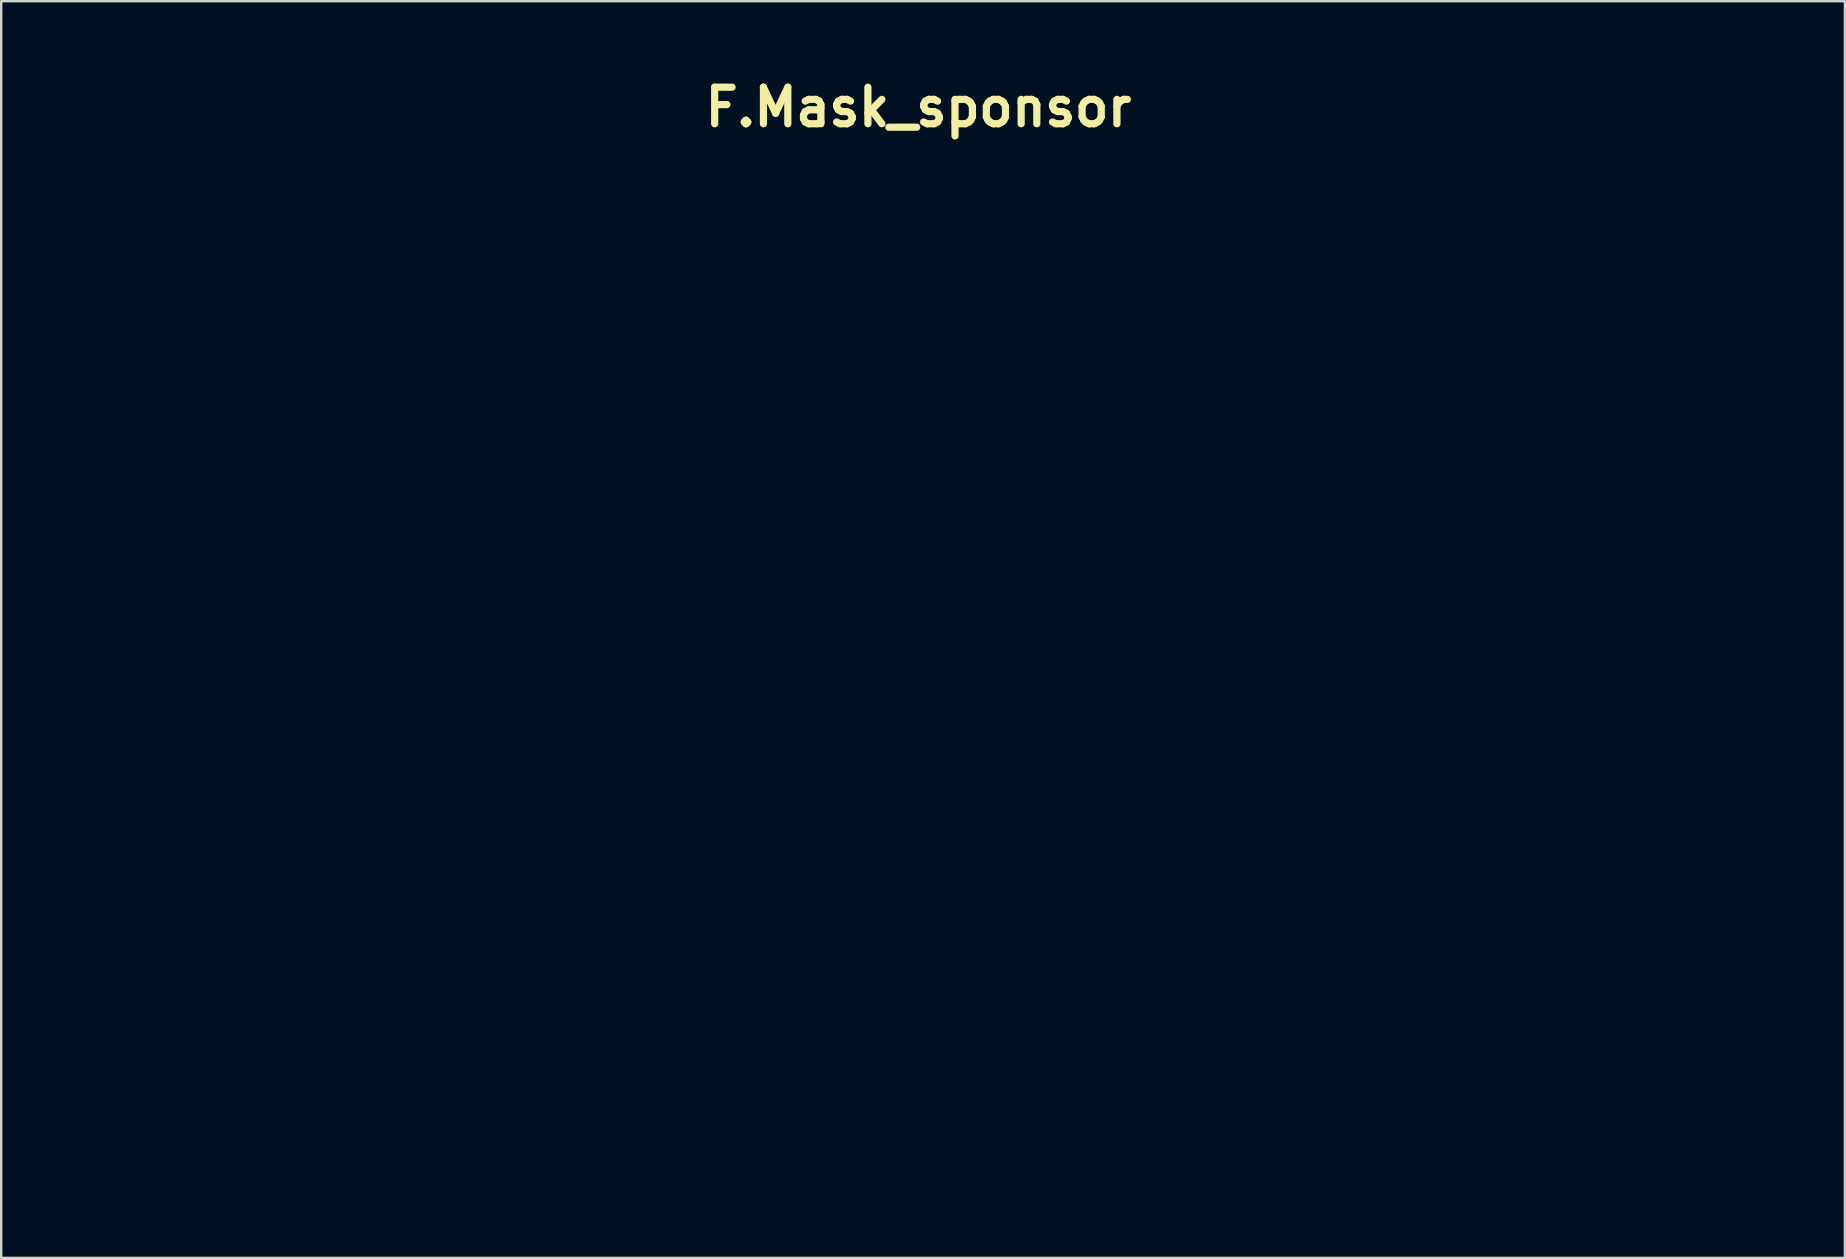
<source format=kicad_pcb>
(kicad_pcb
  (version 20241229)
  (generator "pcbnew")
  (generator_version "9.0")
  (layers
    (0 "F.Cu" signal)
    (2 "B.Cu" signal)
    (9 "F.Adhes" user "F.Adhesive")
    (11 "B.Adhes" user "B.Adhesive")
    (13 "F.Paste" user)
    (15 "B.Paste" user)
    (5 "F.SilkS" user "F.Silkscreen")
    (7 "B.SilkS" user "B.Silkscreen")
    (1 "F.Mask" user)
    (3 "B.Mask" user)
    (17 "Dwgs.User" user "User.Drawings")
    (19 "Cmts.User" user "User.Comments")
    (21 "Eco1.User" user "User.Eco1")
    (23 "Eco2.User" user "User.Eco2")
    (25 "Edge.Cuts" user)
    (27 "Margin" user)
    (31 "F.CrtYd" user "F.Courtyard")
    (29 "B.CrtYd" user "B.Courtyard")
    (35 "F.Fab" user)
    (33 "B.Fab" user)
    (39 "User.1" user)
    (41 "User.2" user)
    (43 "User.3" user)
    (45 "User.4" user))
  (footprint "F.Mask_sponsor"
    (layer "F.Cu")
    (at 35.227 1.418)
    (property "Reference" "F.Mask_sponsor" (at 0 0 0) (layer "F.SilkS") (effects (font (size 1.524 1.524) (thickness 0.3))))
    (attr through_hole)
    (fp_poly (pts (xy 11.223 38.633) (xy 11.519 38.692) (xy 11.797 38.788) (xy 12.06 38.922) (xy 12.307 39.096) (xy 12.475 39.243) (xy 12.665 39.447) (xy 12.818 39.663) (xy 12.937 39.894) (xy 13.021 40.143) (xy 13.072 40.414) (xy 13.091 40.709) (xy 13.081 40.999) (xy 13.072 41.112) (xy 13.063 41.216) (xy 13.055 41.3) (xy 13.048 41.355) (xy 13.048 41.36) (xy 12.99 41.629) (xy 12.903 41.87) (xy 12.787 42.083) (xy 12.64 42.269) (xy 12.461 42.429) (xy 12.25 42.565) (xy 12.005 42.676) (xy 11.725 42.765) (xy 11.457 42.823) (xy 11.319 42.842) (xy 11.153 42.858) (xy 10.969 42.869) (xy 10.776 42.876) (xy 10.583 42.878) (xy 10.402 42.876) (xy 10.241 42.868) (xy 10.11 42.855) (xy 10.086 42.851) (xy 9.777 42.785) (xy 9.486 42.689) (xy 9.218 42.567) (xy 8.974 42.419) (xy 8.759 42.248) (xy 8.576 42.057) (xy 8.434 41.854) (xy 8.349 41.701) (xy 8.284 41.558) (xy 8.238 41.416) (xy 8.207 41.265) (xy 8.189 41.095) (xy 8.184 40.977) (xy 10.268 40.977) (xy 10.27 41.228) (xy 10.279 41.445) (xy 10.296 41.631) (xy 10.319 41.788) (xy 10.351 41.92) (xy 10.39 42.028) (xy 10.415 42.08) (xy 10.488 42.177) (xy 10.575 42.24) (xy 10.671 42.268) (xy 10.771 42.257) (xy 10.816 42.238) (xy 10.882 42.183) (xy 10.943 42.09) (xy 10.996 41.964) (xy 11.027 41.862) (xy 11.049 41.747) (xy 11.068 41.599) (xy 11.084 41.424) (xy 11.096 41.227) (xy 11.104 41.017) (xy 11.109 40.798) (xy 11.11 40.577) (xy 11.107 40.362) (xy 11.1 40.157) (xy 11.089 39.97) (xy 11.075 39.807) (xy 11.057 39.674) (xy 11.038 39.591) (xy 10.983 39.45) (xy 10.907 39.347) (xy 10.811 39.28) (xy 10.693 39.249) (xy 10.685 39.248) (xy 10.605 39.249) (xy 10.537 39.269) (xy 10.479 39.31) (xy 10.43 39.375) (xy 10.39 39.466) (xy 10.357 39.586) (xy 10.331 39.739) (xy 10.31 39.926) (xy 10.294 40.15) (xy 10.284 40.363) (xy 10.273 40.689) (xy 10.268 40.977) (xy 8.184 40.977) (xy 8.182 40.896) (xy 8.181 40.82) (xy 8.182 40.675) (xy 8.185 40.563) (xy 8.19 40.475) (xy 8.198 40.402) (xy 8.211 40.334) (xy 8.229 40.263) (xy 8.229 40.262) (xy 8.324 39.995) (xy 8.454 39.747) (xy 8.619 39.521) (xy 8.817 39.317) (xy 9.047 39.137) (xy 9.307 38.981) (xy 9.596 38.85) (xy 9.912 38.747) (xy 10.254 38.67) (xy 10.573 38.627) (xy 10.908 38.612) (xy 11.223 38.633)) (stroke (width 0.01) (type solid)) (fill yes) (layer "F.Mask"))
    (fp_poly (pts (xy -3.785 38.633) (xy -3.489 38.691) (xy -3.21 38.788) (xy -2.948 38.922) (xy -2.7 39.095) (xy -2.532 39.243) (xy -2.4 39.375) (xy -2.296 39.499) (xy -2.207 39.627) (xy -2.126 39.772) (xy -2.118 39.788) (xy -2.035 39.979) (xy -1.973 40.18) (xy -1.934 40.395) (xy -1.916 40.63) (xy -1.919 40.89) (xy -1.942 41.18) (xy -1.96 41.331) (xy -2.003 41.575) (xy -2.065 41.787) (xy -2.15 41.974) (xy -2.26 42.142) (xy -2.393 42.291) (xy -2.57 42.443) (xy -2.773 42.571) (xy -3.006 42.677) (xy -3.27 42.762) (xy -3.535 42.821) (xy -3.65 42.838) (xy -3.796 42.852) (xy -3.964 42.863) (xy -4.143 42.872) (xy -4.325 42.877) (xy -4.5 42.878) (xy -4.658 42.875) (xy -4.79 42.868) (xy -4.858 42.861) (xy -5.175 42.8) (xy -5.475 42.708) (xy -5.753 42.587) (xy -6.006 42.438) (xy -6.231 42.264) (xy -6.423 42.066) (xy -6.427 42.062) (xy -6.515 41.94) (xy -6.602 41.79) (xy -6.683 41.628) (xy -6.748 41.467) (xy -6.787 41.339) (xy -6.8 41.277) (xy -4.728 41.277) (xy -4.728 41.407) (xy -4.726 41.51) (xy -4.723 41.591) (xy -4.718 41.655) (xy -4.712 41.708) (xy -4.704 41.753) (xy -4.693 41.797) (xy -4.683 41.833) (xy -4.654 41.925) (xy -4.621 42.014) (xy -4.591 42.081) (xy -4.588 42.086) (xy -4.517 42.18) (xy -4.43 42.242) (xy -4.333 42.268) (xy -4.233 42.256) (xy -4.191 42.238) (xy -4.122 42.184) (xy -4.063 42.099) (xy -4.015 41.979) (xy -3.976 41.824) (xy -3.945 41.632) (xy -3.923 41.401) (xy -3.917 41.304) (xy -3.905 41.04) (xy -3.898 40.781) (xy -3.896 40.533) (xy -3.9 40.3) (xy -3.908 40.087) (xy -3.921 39.9) (xy -3.938 39.744) (xy -3.96 39.623) (xy -3.968 39.591) (xy -4.024 39.452) (xy -4.101 39.347) (xy -4.195 39.277) (xy -4.306 39.245) (xy -4.344 39.243) (xy -4.415 39.247) (xy -4.465 39.266) (xy -4.514 39.308) (xy -4.519 39.313) (xy -4.562 39.365) (xy -4.599 39.431) (xy -4.631 39.513) (xy -4.657 39.615) (xy -4.679 39.739) (xy -4.696 39.89) (xy -4.709 40.069) (xy -4.718 40.281) (xy -4.724 40.527) (xy -4.727 40.812) (xy -4.728 40.915) (xy -4.728 41.115) (xy -4.728 41.277) (xy -6.8 41.277) (xy -6.803 41.266) (xy -6.813 41.189) (xy -6.82 41.097) (xy -6.824 40.983) (xy -6.825 40.837) (xy -6.825 40.799) (xy -6.824 40.659) (xy -6.821 40.552) (xy -6.817 40.469) (xy -6.809 40.401) (xy -6.796 40.339) (xy -6.779 40.274) (xy -6.766 40.23) (xy -6.664 39.959) (xy -6.53 39.714) (xy -6.364 39.493) (xy -6.164 39.295) (xy -5.927 39.117) (xy -5.654 38.959) (xy -5.635 38.949) (xy -5.344 38.823) (xy -5.026 38.727) (xy -4.679 38.658) (xy -4.434 38.627) (xy -4.099 38.612) (xy -3.785 38.633)) (stroke (width 0.01) (type solid)) (fill yes) (layer "F.Mask"))
    (fp_poly (pts (xy 22.011 27.888) (xy 22.121 27.921) (xy 22.203 27.972) (xy 22.252 28.037) (xy 22.268 28.113) (xy 22.246 28.197) (xy 22.201 28.264) (xy 22.147 28.319) (xy 22.062 28.387) (xy 21.955 28.464) (xy 21.833 28.545) (xy 21.704 28.625) (xy 21.627 28.668) (xy 21.557 28.709) (xy 21.503 28.744) (xy 21.473 28.766) (xy 21.472 28.769) (xy 21.468 28.795) (xy 21.465 28.859) (xy 21.462 28.959) (xy 21.459 29.09) (xy 21.456 29.249) (xy 21.453 29.432) (xy 21.45 29.636) (xy 21.448 29.857) (xy 21.445 30.092) (xy 21.443 30.336) (xy 21.441 30.587) (xy 21.44 30.84) (xy 21.438 31.093) (xy 21.437 31.341) (xy 21.437 31.58) (xy 21.436 31.808) (xy 21.436 32.021) (xy 21.436 32.214) (xy 21.437 32.385) (xy 21.438 32.53) (xy 21.44 32.645) (xy 21.442 32.726) (xy 21.445 32.771) (xy 21.446 32.775) (xy 21.476 32.863) (xy 21.519 32.931) (xy 21.524 32.936) (xy 21.553 32.962) (xy 21.586 32.979) (xy 21.631 32.99) (xy 21.7 32.998) (xy 21.799 33.005) (xy 21.96 33.022) (xy 22.083 33.053) (xy 22.173 33.097) (xy 22.234 33.158) (xy 22.236 33.161) (xy 22.258 33.21) (xy 22.28 33.284) (xy 22.294 33.351) (xy 22.305 33.455) (xy 22.296 33.527) (xy 22.265 33.575) (xy 22.208 33.605) (xy 22.189 33.611) (xy 22.109 33.625) (xy 22.002 33.63) (xy 21.882 33.628) (xy 21.765 33.619) (xy 21.706 33.61) (xy 21.561 33.588) (xy 21.381 33.566) (xy 21.174 33.544) (xy 20.948 33.523) (xy 20.71 33.505) (xy 20.578 33.496) (xy 20.424 33.486) (xy 20.304 33.48) (xy 20.206 33.476) (xy 20.121 33.476) (xy 20.041 33.48) (xy 19.954 33.488) (xy 19.852 33.5) (xy 19.725 33.517) (xy 19.7 33.52) (xy 19.439 33.552) (xy 19.215 33.571) (xy 19.028 33.579) (xy 18.88 33.574) (xy 18.772 33.556) (xy 18.722 33.539) (xy 18.641 33.483) (xy 18.602 33.418) (xy 18.603 33.341) (xy 18.614 33.308) (xy 18.652 33.249) (xy 18.718 33.199) (xy 18.814 33.156) (xy 18.944 33.117) (xy 19.103 33.083) (xy 19.259 33.05) (xy 19.379 33.014) (xy 19.469 32.972) (xy 19.535 32.922) (xy 19.567 32.886) (xy 19.575 32.877) (xy 19.582 32.87) (xy 19.588 32.862) (xy 19.593 32.852) (xy 19.598 32.837) (xy 19.601 32.813) (xy 19.604 32.78) (xy 19.607 32.733) (xy 19.608 32.672) (xy 19.609 32.593) (xy 19.609 32.493) (xy 19.609 32.371) (xy 19.608 32.223) (xy 19.607 32.048) (xy 19.605 31.843) (xy 19.603 31.604) (xy 19.6 31.331) (xy 19.597 31.02) (xy 19.594 30.723) (xy 19.591 30.438) (xy 19.588 30.166) (xy 19.584 29.911) (xy 19.58 29.677) (xy 19.576 29.466) (xy 19.572 29.281) (xy 19.568 29.126) (xy 19.563 29.003) (xy 19.559 28.917) (xy 19.556 28.869) (xy 19.555 28.868) (xy 19.519 28.727) (xy 19.46 28.613) (xy 19.381 28.53) (xy 19.333 28.501) (xy 19.277 28.482) (xy 19.191 28.463) (xy 19.088 28.445) (xy 19.013 28.435) (xy 18.868 28.414) (xy 18.76 28.39) (xy 18.684 28.359) (xy 18.634 28.318) (xy 18.604 28.265) (xy 18.593 28.225) (xy 18.593 28.145) (xy 18.626 28.074) (xy 18.696 28.011) (xy 18.787 27.959) (xy 18.856 27.927) (xy 18.915 27.906) (xy 18.979 27.893) (xy 19.061 27.886) (xy 19.152 27.882) (xy 19.229 27.88) (xy 19.307 27.881) (xy 19.394 27.887) (xy 19.495 27.896) (xy 19.618 27.911) (xy 19.768 27.931) (xy 19.953 27.957) (xy 19.992 27.963) (xy 20.221 27.996) (xy 20.414 28.021) (xy 20.578 28.039) (xy 20.719 28.05) (xy 20.843 28.054) (xy 20.956 28.05) (xy 21.065 28.039) (xy 21.175 28.021) (xy 21.293 27.996) (xy 21.419 27.965) (xy 21.543 27.935) (xy 21.662 27.909) (xy 21.765 27.89) (xy 21.843 27.879) (xy 21.874 27.877) (xy 22.011 27.888)) (stroke (width 0.01) (type solid)) (fill yes) (layer "F.Mask"))
    (fp_poly (pts (xy 6.104 38.613) (xy 6.279 38.621) (xy 6.42 38.635) (xy 6.537 38.657) (xy 6.639 38.69) (xy 6.734 38.737) (xy 6.832 38.799) (xy 6.877 38.832) (xy 6.948 38.882) (xy 7.007 38.922) (xy 7.046 38.944) (xy 7.055 38.947) (xy 7.079 38.933) (xy 7.125 38.897) (xy 7.183 38.845) (xy 7.197 38.832) (xy 7.291 38.752) (xy 7.372 38.708) (xy 7.446 38.698) (xy 7.52 38.72) (xy 7.545 38.735) (xy 7.621 38.781) (xy 7.609 40.011) (xy 7.53 40.053) (xy 7.476 40.076) (xy 7.426 40.084) (xy 7.377 40.074) (xy 7.325 40.043) (xy 7.267 39.988) (xy 7.198 39.905) (xy 7.114 39.793) (xy 7.014 39.648) (xy 7.003 39.632) (xy 6.932 39.531) (xy 6.864 39.439) (xy 6.805 39.364) (xy 6.76 39.312) (xy 6.743 39.296) (xy 6.669 39.254) (xy 6.565 39.213) (xy 6.441 39.176) (xy 6.31 39.146) (xy 6.183 39.126) (xy 6.138 39.123) (xy 5.997 39.121) (xy 5.889 39.141) (xy 5.81 39.183) (xy 5.755 39.252) (xy 5.718 39.35) (xy 5.712 39.372) (xy 5.707 39.483) (xy 5.742 39.583) (xy 5.819 39.674) (xy 5.936 39.754) (xy 5.994 39.782) (xy 6.051 39.804) (xy 6.141 39.832) (xy 6.256 39.865) (xy 6.387 39.9) (xy 6.526 39.935) (xy 6.555 39.941) (xy 6.754 39.989) (xy 6.918 40.032) (xy 7.053 40.07) (xy 7.165 40.106) (xy 7.26 40.144) (xy 7.344 40.184) (xy 7.425 40.229) (xy 7.506 40.282) (xy 7.514 40.287) (xy 7.714 40.442) (xy 7.876 40.609) (xy 7.997 40.788) (xy 8.079 40.976) (xy 8.12 41.174) (xy 8.12 41.379) (xy 8.095 41.529) (xy 8.021 41.754) (xy 7.909 41.964) (xy 7.762 42.155) (xy 7.583 42.325) (xy 7.375 42.472) (xy 7.14 42.593) (xy 6.894 42.68) (xy 6.68 42.729) (xy 6.44 42.76) (xy 6.184 42.774) (xy 5.926 42.768) (xy 5.694 42.746) (xy 5.517 42.719) (xy 5.373 42.693) (xy 5.253 42.663) (xy 5.148 42.628) (xy 5.049 42.584) (xy 4.946 42.529) (xy 4.905 42.506) (xy 4.755 42.411) (xy 4.615 42.31) (xy 4.492 42.209) (xy 4.392 42.114) (xy 4.322 42.03) (xy 4.308 42.008) (xy 4.296 41.981) (xy 5.249 41.981) (xy 5.268 42.003) (xy 5.315 42.033) (xy 5.381 42.067) (xy 5.456 42.099) (xy 5.528 42.125) (xy 5.566 42.135) (xy 5.676 42.151) (xy 5.812 42.16) (xy 5.96 42.161) (xy 6.106 42.155) (xy 6.234 42.142) (xy 6.286 42.132) (xy 6.429 42.095) (xy 6.532 42.052) (xy 6.598 41.999) (xy 6.629 41.936) (xy 6.627 41.86) (xy 6.616 41.824) (xy 6.543 41.676) (xy 6.434 41.547) (xy 6.291 41.439) (xy 6.229 41.405) (xy 6.185 41.389) (xy 6.108 41.369) (xy 6.009 41.346) (xy 5.895 41.323) (xy 5.778 41.3) (xy 5.665 41.28) (xy 5.567 41.264) (xy 5.493 41.255) (xy 5.465 41.254) (xy 5.459 41.273) (xy 5.462 41.323) (xy 5.475 41.395) (xy 5.49 41.535) (xy 5.471 41.658) (xy 5.414 41.774) (xy 5.345 41.863) (xy 5.297 41.918) (xy 5.262 41.961) (xy 5.249 41.981) (xy 4.296 41.981) (xy 4.27 41.924) (xy 4.244 41.817) (xy 4.233 41.737) (xy 4.224 41.544) (xy 4.245 41.377) (xy 4.293 41.236) (xy 4.368 41.124) (xy 4.468 41.043) (xy 4.592 40.995) (xy 4.668 40.983) (xy 4.732 40.976) (xy 4.774 40.969) (xy 4.784 40.964) (xy 4.769 40.946) (xy 4.731 40.905) (xy 4.674 40.847) (xy 4.607 40.781) (xy 4.509 40.682) (xy 4.438 40.596) (xy 4.387 40.514) (xy 4.348 40.421) (xy 4.314 40.307) (xy 4.3 40.246) (xy 4.269 40.097) (xy 4.256 39.973) (xy 4.261 39.86) (xy 4.285 39.745) (xy 4.328 39.614) (xy 4.33 39.607) (xy 4.439 39.358) (xy 4.565 39.146) (xy 4.708 38.971) (xy 4.869 38.835) (xy 4.894 38.818) (xy 5.046 38.741) (xy 5.234 38.682) (xy 5.458 38.64) (xy 5.716 38.616) (xy 6.006 38.611) (xy 6.104 38.613)) (stroke (width 0.01) (type solid)) (fill yes) (layer "F.Mask"))
    (fp_poly (pts (xy 17.368 38.446) (xy 17.54 38.503) (xy 17.695 38.596) (xy 17.799 38.687) (xy 17.889 38.79) (xy 17.948 38.892) (xy 17.98 39.005) (xy 17.99 39.14) (xy 17.988 39.211) (xy 17.96 39.39) (xy 17.898 39.545) (xy 17.803 39.675) (xy 17.674 39.779) (xy 17.615 39.812) (xy 17.512 39.848) (xy 17.369 39.868) (xy 17.188 39.872) (xy 16.967 39.862) (xy 16.903 39.857) (xy 16.594 39.83) (xy 16.515 39.883) (xy 16.43 39.948) (xy 16.335 40.035) (xy 16.239 40.134) (xy 16.152 40.234) (xy 16.083 40.325) (xy 16.052 40.376) (xy 16.005 40.468) (xy 15.968 40.55) (xy 15.94 40.631) (xy 15.919 40.716) (xy 15.903 40.813) (xy 15.893 40.928) (xy 15.887 41.068) (xy 15.882 41.241) (xy 15.881 41.339) (xy 15.879 41.506) (xy 15.878 41.637) (xy 15.878 41.736) (xy 15.881 41.81) (xy 15.885 41.863) (xy 15.892 41.902) (xy 15.902 41.931) (xy 15.911 41.951) (xy 15.923 41.975) (xy 15.936 41.994) (xy 15.954 42.01) (xy 15.983 42.027) (xy 16.028 42.046) (xy 16.094 42.069) (xy 16.186 42.099) (xy 16.309 42.138) (xy 16.425 42.174) (xy 16.571 42.227) (xy 16.689 42.287) (xy 16.776 42.349) (xy 16.825 42.412) (xy 16.827 42.418) (xy 16.841 42.501) (xy 16.816 42.587) (xy 16.758 42.668) (xy 16.67 42.741) (xy 16.556 42.799) (xy 16.455 42.827) (xy 16.331 42.847) (xy 16.202 42.856) (xy 16.086 42.853) (xy 16.055 42.849) (xy 16.017 42.841) (xy 15.944 42.827) (xy 15.842 42.806) (xy 15.72 42.781) (xy 15.583 42.752) (xy 15.498 42.734) (xy 15.351 42.704) (xy 15.211 42.678) (xy 15.085 42.656) (xy 14.982 42.64) (xy 14.908 42.631) (xy 14.883 42.63) (xy 14.789 42.634) (xy 14.658 42.645) (xy 14.497 42.663) (xy 14.312 42.687) (xy 14.108 42.716) (xy 13.906 42.748) (xy 13.745 42.772) (xy 13.619 42.786) (xy 13.521 42.788) (xy 13.447 42.78) (xy 13.39 42.76) (xy 13.351 42.736) (xy 13.305 42.678) (xy 13.27 42.592) (xy 13.252 42.493) (xy 13.25 42.456) (xy 13.253 42.417) (xy 13.267 42.387) (xy 13.297 42.363) (xy 13.35 42.34) (xy 13.433 42.315) (xy 13.531 42.29) (xy 13.67 42.247) (xy 13.792 42.196) (xy 13.889 42.141) (xy 13.943 42.095) (xy 13.964 42.058) (xy 13.989 41.989) (xy 14.014 41.902) (xy 14.03 41.839) (xy 14.042 41.784) (xy 14.052 41.732) (xy 14.061 41.678) (xy 14.067 41.617) (xy 14.073 41.544) (xy 14.077 41.455) (xy 14.081 41.345) (xy 14.084 41.209) (xy 14.086 41.042) (xy 14.089 40.841) (xy 14.091 40.724) (xy 14.093 40.462) (xy 14.094 40.24) (xy 14.093 40.053) (xy 14.09 39.899) (xy 14.085 39.773) (xy 14.077 39.672) (xy 14.067 39.594) (xy 14.054 39.534) (xy 14.038 39.489) (xy 14.024 39.464) (xy 13.991 39.436) (xy 13.931 39.401) (xy 13.854 39.366) (xy 13.84 39.361) (xy 13.74 39.322) (xy 13.632 39.281) (xy 13.547 39.248) (xy 13.399 39.179) (xy 13.289 39.105) (xy 13.218 39.025) (xy 13.188 38.942) (xy 13.198 38.857) (xy 13.249 38.772) (xy 13.292 38.728) (xy 13.344 38.685) (xy 13.396 38.657) (xy 13.456 38.641) (xy 13.531 38.638) (xy 13.628 38.646) (xy 13.754 38.666) (xy 13.84 38.681) (xy 14.089 38.724) (xy 14.303 38.754) (xy 14.49 38.771) (xy 14.655 38.775) (xy 14.803 38.765) (xy 14.942 38.743) (xy 15.076 38.709) (xy 15.092 38.704) (xy 15.237 38.658) (xy 15.35 38.624) (xy 15.436 38.601) (xy 15.502 38.588) (xy 15.556 38.582) (xy 15.604 38.584) (xy 15.653 38.591) (xy 15.683 38.597) (xy 15.758 38.616) (xy 15.818 38.639) (xy 15.847 38.656) (xy 15.88 38.709) (xy 15.898 38.794) (xy 15.903 38.912) (xy 15.895 39.058) (xy 15.887 39.16) (xy 15.881 39.256) (xy 15.877 39.331) (xy 15.877 39.359) (xy 15.876 39.444) (xy 15.923 39.388) (xy 15.952 39.348) (xy 15.995 39.281) (xy 16.048 39.195) (xy 16.104 39.1) (xy 16.107 39.095) (xy 16.224 38.906) (xy 16.339 38.755) (xy 16.455 38.637) (xy 16.578 38.55) (xy 16.713 38.488) (xy 16.866 38.448) (xy 16.96 38.434) (xy 17.176 38.423) (xy 17.368 38.446)) (stroke (width 0.01) (type solid)) (fill yes) (layer "F.Mask"))
    (fp_poly (pts (xy 27.151 27.801) (xy 27.224 27.835) (xy 27.271 27.875) (xy 27.337 27.941) (xy 27.35 28.39) (xy 27.355 28.545) (xy 27.36 28.667) (xy 27.365 28.762) (xy 27.374 28.84) (xy 27.385 28.909) (xy 27.402 28.977) (xy 27.425 29.052) (xy 27.455 29.142) (xy 27.474 29.199) (xy 27.528 29.363) (xy 27.566 29.492) (xy 27.587 29.592) (xy 27.591 29.669) (xy 27.58 29.726) (xy 27.552 29.77) (xy 27.507 29.805) (xy 27.476 29.823) (xy 27.376 29.86) (xy 27.29 29.859) (xy 27.212 29.82) (xy 27.2 29.811) (xy 27.148 29.75) (xy 27.089 29.653) (xy 27.028 29.527) (xy 26.966 29.377) (xy 26.907 29.208) (xy 26.891 29.157) (xy 26.842 29.006) (xy 26.795 28.888) (xy 26.748 28.796) (xy 26.695 28.721) (xy 26.633 28.657) (xy 26.628 28.652) (xy 26.534 28.585) (xy 26.442 28.559) (xy 26.346 28.574) (xy 26.29 28.598) (xy 26.227 28.639) (xy 26.179 28.692) (xy 26.133 28.77) (xy 26.131 28.775) (xy 26.067 28.9) (xy 26.059 29.558) (xy 26.058 29.701) (xy 26.058 29.881) (xy 26.058 30.091) (xy 26.058 30.324) (xy 26.059 30.575) (xy 26.061 30.836) (xy 26.063 31.103) (xy 26.065 31.368) (xy 26.067 31.572) (xy 26.082 32.928) (xy 26.487 33.052) (xy 26.613 33.091) (xy 26.727 33.128) (xy 26.821 33.161) (xy 26.89 33.187) (xy 26.925 33.203) (xy 26.927 33.205) (xy 26.965 33.263) (xy 26.975 33.339) (xy 26.958 33.422) (xy 26.916 33.501) (xy 26.886 33.534) (xy 26.806 33.585) (xy 26.714 33.612) (xy 26.652 33.623) (xy 26.601 33.629) (xy 26.55 33.629) (xy 26.484 33.624) (xy 26.391 33.614) (xy 26.374 33.612) (xy 26.094 33.578) (xy 25.851 33.55) (xy 25.642 33.526) (xy 25.462 33.507) (xy 25.306 33.493) (xy 25.171 33.482) (xy 25.051 33.476) (xy 24.943 33.474) (xy 24.842 33.475) (xy 24.744 33.479) (xy 24.645 33.487) (xy 24.539 33.498) (xy 24.424 33.511) (xy 24.375 33.517) (xy 24.2 33.538) (xy 24.055 33.553) (xy 23.93 33.563) (xy 23.812 33.568) (xy 23.691 33.568) (xy 23.56 33.566) (xy 23.424 33.562) (xy 23.322 33.557) (xy 23.246 33.55) (xy 23.189 33.54) (xy 23.143 33.526) (xy 23.11 33.513) (xy 23.047 33.479) (xy 23.011 33.443) (xy 22.989 33.39) (xy 22.989 33.387) (xy 22.971 33.311) (xy 22.969 33.259) (xy 22.984 33.216) (xy 22.998 33.196) (xy 23.043 33.156) (xy 23.121 33.122) (xy 23.236 33.091) (xy 23.389 33.064) (xy 23.471 33.052) (xy 23.613 33.032) (xy 23.72 33.013) (xy 23.802 32.994) (xy 23.866 32.972) (xy 23.92 32.945) (xy 23.931 32.938) (xy 23.996 32.898) (xy 24.01 32.625) (xy 24.013 32.555) (xy 24.015 32.447) (xy 24.017 32.306) (xy 24.019 32.136) (xy 24.021 31.943) (xy 24.022 31.73) (xy 24.023 31.503) (xy 24.024 31.266) (xy 24.024 31.032) (xy 24.023 30.618) (xy 24.02 30.246) (xy 24.015 29.915) (xy 24.007 29.624) (xy 23.998 29.373) (xy 23.986 29.162) (xy 23.972 28.99) (xy 23.956 28.857) (xy 23.937 28.761) (xy 23.936 28.757) (xy 23.894 28.664) (xy 23.827 28.594) (xy 23.743 28.55) (xy 23.652 28.538) (xy 23.563 28.562) (xy 23.562 28.562) (xy 23.505 28.609) (xy 23.437 28.693) (xy 23.361 28.811) (xy 23.28 28.959) (xy 23.194 29.134) (xy 23.181 29.163) (xy 23.104 29.329) (xy 23.037 29.46) (xy 22.976 29.562) (xy 22.919 29.642) (xy 22.861 29.704) (xy 22.845 29.719) (xy 22.793 29.76) (xy 22.75 29.776) (xy 22.693 29.775) (xy 22.672 29.772) (xy 22.575 29.75) (xy 22.508 29.714) (xy 22.472 29.661) (xy 22.465 29.587) (xy 22.485 29.488) (xy 22.534 29.36) (xy 22.561 29.3) (xy 22.607 29.198) (xy 22.638 29.121) (xy 22.657 29.054) (xy 22.669 28.985) (xy 22.676 28.899) (xy 22.678 28.861) (xy 22.694 28.656) (xy 22.717 28.485) (xy 22.748 28.34) (xy 22.789 28.212) (xy 22.843 28.093) (xy 22.843 28.092) (xy 22.9 27.986) (xy 22.947 27.913) (xy 22.992 27.866) (xy 23.042 27.839) (xy 23.106 27.828) (xy 23.192 27.825) (xy 23.194 27.825) (xy 23.282 27.826) (xy 23.343 27.833) (xy 23.394 27.851) (xy 23.45 27.883) (xy 23.465 27.892) (xy 23.573 27.961) (xy 26.667 27.961) (xy 26.843 27.875) (xy 26.968 27.822) (xy 27.068 27.797) (xy 27.151 27.801)) (stroke (width 0.01) (type solid)) (fill yes) (layer "F.Mask"))
    (fp_poly (pts (xy -1.257 38.619) (xy -1.06 38.65) (xy -0.834 38.707) (xy -0.795 38.718) (xy -0.704 38.745) (xy -0.632 38.762) (xy -0.567 38.772) (xy -0.495 38.775) (xy -0.404 38.774) (xy -0.307 38.77) (xy -0.187 38.763) (xy -0.041 38.75) (xy 0.117 38.732) (xy 0.271 38.713) (xy 0.338 38.703) (xy 0.708 38.647) (xy 0.745 38.692) (xy 0.769 38.74) (xy 0.789 38.809) (xy 0.793 38.836) (xy 0.805 38.924) (xy 0.818 39.017) (xy 0.821 39.036) (xy 0.836 39.137) (xy 1.013 39.01) (xy 1.246 38.858) (xy 1.466 38.746) (xy 1.675 38.673) (xy 1.875 38.639) (xy 2.068 38.644) (xy 2.256 38.688) (xy 2.441 38.77) (xy 2.54 38.83) (xy 2.614 38.882) (xy 2.679 38.935) (xy 2.738 38.994) (xy 2.792 39.061) (xy 2.843 39.14) (xy 2.892 39.236) (xy 2.942 39.351) (xy 2.993 39.49) (xy 3.049 39.656) (xy 3.111 39.853) (xy 3.179 40.085) (xy 3.236 40.28) (xy 3.289 40.462) (xy 3.34 40.635) (xy 3.388 40.794) (xy 3.43 40.933) (xy 3.466 41.048) (xy 3.494 41.133) (xy 3.513 41.184) (xy 3.516 41.19) (xy 3.597 41.332) (xy 3.704 41.464) (xy 3.843 41.592) (xy 3.885 41.626) (xy 3.995 41.714) (xy 4.073 41.784) (xy 4.125 41.843) (xy 4.155 41.894) (xy 4.168 41.945) (xy 4.17 41.972) (xy 4.151 42.072) (xy 4.099 42.185) (xy 4.016 42.308) (xy 3.908 42.435) (xy 3.778 42.564) (xy 3.631 42.688) (xy 3.472 42.805) (xy 3.303 42.909) (xy 3.179 42.974) (xy 2.999 43.043) (xy 2.83 43.072) (xy 2.67 43.059) (xy 2.589 43.036) (xy 2.437 42.96) (xy 2.294 42.846) (xy 2.161 42.695) (xy 2.041 42.512) (xy 1.937 42.3) (xy 1.85 42.062) (xy 1.833 42.005) (xy 1.788 41.828) (xy 1.746 41.629) (xy 1.71 41.422) (xy 1.681 41.221) (xy 1.662 41.04) (xy 1.658 40.979) (xy 1.652 40.877) (xy 1.641 40.784) (xy 1.625 40.688) (xy 1.6 40.578) (xy 1.567 40.445) (xy 1.542 40.354) (xy 1.487 40.161) (xy 1.437 40.005) (xy 1.39 39.884) (xy 1.344 39.794) (xy 1.296 39.731) (xy 1.244 39.692) (xy 1.186 39.674) (xy 1.119 39.672) (xy 1.108 39.673) (xy 0.992 39.703) (xy 0.898 39.768) (xy 0.824 39.87) (xy 0.812 39.892) (xy 0.791 39.939) (xy 0.775 39.984) (xy 0.763 40.037) (xy 0.753 40.104) (xy 0.745 40.194) (xy 0.737 40.314) (xy 0.733 40.383) (xy 0.727 40.51) (xy 0.721 40.667) (xy 0.717 40.846) (xy 0.713 41.035) (xy 0.711 41.223) (xy 0.71 41.36) (xy 0.71 41.536) (xy 0.71 41.675) (xy 0.712 41.782) (xy 0.714 41.863) (xy 0.718 41.923) (xy 0.724 41.968) (xy 0.733 42.002) (xy 0.744 42.032) (xy 0.757 42.061) (xy 0.804 42.135) (xy 0.868 42.198) (xy 0.957 42.257) (xy 1.079 42.315) (xy 1.122 42.333) (xy 1.253 42.396) (xy 1.345 42.462) (xy 1.399 42.532) (xy 1.418 42.608) (xy 1.418 42.614) (xy 1.41 42.698) (xy 1.379 42.754) (xy 1.317 42.795) (xy 1.28 42.811) (xy 1.22 42.828) (xy 1.149 42.837) (xy 1.064 42.837) (xy 0.957 42.826) (xy 0.826 42.806) (xy 0.663 42.775) (xy 0.466 42.732) (xy 0.26 42.689) (xy 0.086 42.659) (xy -0.065 42.643) (xy -0.2 42.64) (xy -0.33 42.652) (xy -0.462 42.679) (xy -0.604 42.72) (xy -0.765 42.777) (xy -0.773 42.78) (xy -0.892 42.813) (xy -1.019 42.828) (xy -1.148 42.828) (xy -1.269 42.813) (xy -1.374 42.784) (xy -1.455 42.742) (xy -1.504 42.689) (xy -1.506 42.685) (xy -1.514 42.619) (xy -1.486 42.542) (xy -1.427 42.46) (xy -1.341 42.378) (xy -1.231 42.301) (xy -1.21 42.288) (xy -1.145 42.241) (xy -1.106 42.182) (xy -1.091 42.143) (xy -1.065 42.049) (xy -1.044 41.936) (xy -1.027 41.802) (xy -1.015 41.642) (xy -1.006 41.454) (xy -1.001 41.236) (xy -1 40.985) (xy -1.003 40.698) (xy -1.009 40.372) (xy -1.011 40.31) (xy -1.016 40.107) (xy -1.02 39.942) (xy -1.025 39.81) (xy -1.029 39.707) (xy -1.034 39.628) (xy -1.039 39.569) (xy -1.046 39.526) (xy -1.054 39.494) (xy -1.064 39.468) (xy -1.076 39.445) (xy -1.079 39.439) (xy -1.13 39.368) (xy -1.202 39.302) (xy -1.302 39.237) (xy -1.436 39.167) (xy -1.475 39.149) (xy -1.562 39.104) (xy -1.644 39.054) (xy -1.704 39.01) (xy -1.715 38.999) (xy -1.757 38.95) (xy -1.773 38.911) (xy -1.771 38.86) (xy -1.768 38.848) (xy -1.731 38.751) (xy -1.661 38.68) (xy -1.558 38.635) (xy -1.423 38.614) (xy -1.257 38.619)) (stroke (width 0.01) (type solid)) (fill yes) (layer "F.Mask"))
    (fp_poly (pts (xy 15.982 27.856) (xy 16.119 27.856) (xy 16.235 27.859) (xy 16.338 27.865) (xy 16.433 27.876) (xy 16.528 27.891) (xy 16.629 27.913) (xy 16.741 27.943) (xy 16.872 27.981) (xy 17.028 28.029) (xy 17.215 28.088) (xy 17.307 28.118) (xy 17.341 28.119) (xy 17.383 28.099) (xy 17.442 28.054) (xy 17.461 28.037) (xy 17.563 27.953) (xy 17.651 27.901) (xy 17.734 27.874) (xy 17.794 27.868) (xy 17.874 27.878) (xy 17.947 27.915) (xy 18.022 27.984) (xy 18.07 28.043) (xy 18.111 28.103) (xy 18.138 28.161) (xy 18.152 28.226) (xy 18.152 28.305) (xy 18.139 28.407) (xy 18.115 28.54) (xy 18.108 28.573) (xy 18.091 28.664) (xy 18.077 28.747) (xy 18.065 28.831) (xy 18.056 28.921) (xy 18.049 29.026) (xy 18.043 29.153) (xy 18.037 29.308) (xy 18.032 29.475) (xy 18.027 29.635) (xy 18.022 29.785) (xy 18.016 29.918) (xy 18.011 30.027) (xy 18.006 30.108) (xy 18.002 30.154) (xy 18.002 30.158) (xy 17.966 30.247) (xy 17.899 30.323) (xy 17.811 30.379) (xy 17.713 30.408) (xy 17.625 30.405) (xy 17.508 30.364) (xy 17.407 30.301) (xy 17.33 30.221) (xy 17.285 30.131) (xy 17.283 30.121) (xy 17.28 30.079) (xy 17.292 30.024) (xy 17.32 29.949) (xy 17.355 29.87) (xy 17.397 29.774) (xy 17.423 29.701) (xy 17.436 29.636) (xy 17.441 29.564) (xy 17.441 29.535) (xy 17.422 29.33) (xy 17.365 29.122) (xy 17.325 29.024) (xy 17.265 28.923) (xy 17.179 28.816) (xy 17.079 28.716) (xy 16.977 28.636) (xy 16.935 28.61) (xy 16.796 28.55) (xy 16.631 28.504) (xy 16.457 28.476) (xy 16.326 28.469) (xy 16.169 28.48) (xy 16.023 28.513) (xy 15.882 28.573) (xy 15.739 28.662) (xy 15.588 28.783) (xy 15.471 28.892) (xy 15.374 28.992) (xy 15.293 29.088) (xy 15.225 29.186) (xy 15.167 29.293) (xy 15.117 29.415) (xy 15.071 29.558) (xy 15.027 29.728) (xy 14.982 29.931) (xy 14.961 30.035) (xy 14.948 30.103) (xy 14.937 30.166) (xy 14.929 30.229) (xy 14.923 30.298) (xy 14.918 30.379) (xy 14.915 30.478) (xy 14.913 30.6) (xy 14.912 30.75) (xy 14.912 30.934) (xy 14.912 31.03) (xy 14.912 31.251) (xy 14.914 31.435) (xy 14.917 31.586) (xy 14.923 31.712) (xy 14.932 31.816) (xy 14.945 31.904) (xy 14.962 31.982) (xy 14.985 32.054) (xy 15.014 32.127) (xy 15.05 32.204) (xy 15.076 32.258) (xy 15.121 32.345) (xy 15.169 32.419) (xy 15.228 32.493) (xy 15.305 32.577) (xy 15.366 32.639) (xy 15.533 32.792) (xy 15.695 32.911) (xy 15.862 33.002) (xy 16.044 33.07) (xy 16.233 33.116) (xy 16.421 33.141) (xy 16.616 33.141) (xy 16.802 33.119) (xy 16.933 33.085) (xy 17.116 33.015) (xy 17.278 32.938) (xy 17.415 32.856) (xy 17.525 32.771) (xy 17.603 32.687) (xy 17.646 32.606) (xy 17.653 32.561) (xy 17.637 32.529) (xy 17.598 32.48) (xy 17.542 32.425) (xy 17.538 32.422) (xy 17.442 32.32) (xy 17.37 32.209) (xy 17.325 32.094) (xy 17.31 31.985) (xy 17.327 31.888) (xy 17.348 31.845) (xy 17.397 31.792) (xy 17.474 31.732) (xy 17.566 31.673) (xy 17.661 31.623) (xy 17.743 31.592) (xy 17.878 31.573) (xy 18.015 31.595) (xy 18.15 31.656) (xy 18.28 31.756) (xy 18.338 31.815) (xy 18.425 31.937) (xy 18.474 32.067) (xy 18.486 32.209) (xy 18.46 32.366) (xy 18.396 32.539) (xy 18.373 32.589) (xy 18.272 32.751) (xy 18.134 32.909) (xy 17.963 33.06) (xy 17.764 33.2) (xy 17.542 33.327) (xy 17.302 33.438) (xy 17.049 33.531) (xy 16.788 33.602) (xy 16.522 33.65) (xy 16.499 33.653) (xy 16.3 33.669) (xy 16.081 33.672) (xy 15.862 33.663) (xy 15.748 33.653) (xy 15.476 33.611) (xy 15.188 33.548) (xy 14.899 33.468) (xy 14.622 33.374) (xy 14.371 33.27) (xy 14.332 33.252) (xy 14.02 33.083) (xy 13.744 32.893) (xy 13.504 32.68) (xy 13.299 32.445) (xy 13.13 32.186) (xy 12.996 31.905) (xy 12.897 31.599) (xy 12.833 31.27) (xy 12.824 31.204) (xy 12.816 31.104) (xy 12.811 30.976) (xy 12.81 30.828) (xy 12.811 30.669) (xy 12.814 30.509) (xy 12.821 30.358) (xy 12.829 30.224) (xy 12.84 30.117) (xy 12.847 30.067) (xy 12.88 29.924) (xy 12.925 29.769) (xy 12.976 29.615) (xy 13.029 29.475) (xy 13.078 29.369) (xy 13.206 29.157) (xy 13.369 28.943) (xy 13.558 28.734) (xy 13.766 28.537) (xy 13.987 28.359) (xy 14.213 28.208) (xy 14.362 28.125) (xy 14.469 28.075) (xy 14.591 28.024) (xy 14.703 27.981) (xy 14.711 27.979) (xy 14.819 27.944) (xy 14.922 27.916) (xy 15.026 27.894) (xy 15.137 27.879) (xy 15.262 27.867) (xy 15.409 27.86) (xy 15.583 27.857) (xy 15.793 27.855) (xy 15.82 27.855) (xy 15.982 27.856)) (stroke (width 0.01) (type solid)) (fill yes) (layer "F.Mask"))
    (fp_poly (pts (xy -7.477 27.823) (xy -7.281 27.841) (xy -7.107 27.869) (xy -6.963 27.906) (xy -6.956 27.908) (xy -6.869 27.944) (xy -6.765 27.994) (xy -6.663 28.049) (xy -6.636 28.066) (xy -6.555 28.112) (xy -6.483 28.149) (xy -6.431 28.17) (xy -6.414 28.173) (xy -6.373 28.157) (xy -6.311 28.113) (xy -6.234 28.045) (xy -6.226 28.038) (xy -6.143 27.96) (xy -6.082 27.909) (xy -6.034 27.88) (xy -5.991 27.869) (xy -5.945 27.872) (xy -5.909 27.881) (xy -5.817 27.92) (xy -5.76 27.982) (xy -5.74 28.067) (xy -5.755 28.173) (xy -5.792 28.273) (xy -5.81 28.312) (xy -5.823 28.348) (xy -5.833 28.388) (xy -5.841 28.438) (xy -5.847 28.502) (xy -5.852 28.589) (xy -5.856 28.703) (xy -5.86 28.85) (xy -5.862 28.935) (xy -5.868 29.118) (xy -5.873 29.263) (xy -5.881 29.377) (xy -5.891 29.464) (xy -5.904 29.53) (xy -5.921 29.579) (xy -5.944 29.617) (xy -5.973 29.65) (xy -5.987 29.663) (xy -6.038 29.691) (xy -6.11 29.71) (xy -6.133 29.713) (xy -6.198 29.715) (xy -6.246 29.704) (xy -6.28 29.674) (xy -6.303 29.621) (xy -6.318 29.537) (xy -6.329 29.418) (xy -6.332 29.373) (xy -6.352 29.167) (xy -6.387 28.997) (xy -6.44 28.857) (xy -6.515 28.742) (xy -6.618 28.647) (xy -6.75 28.567) (xy -6.918 28.496) (xy -7.027 28.459) (xy -7.201 28.414) (xy -7.349 28.397) (xy -7.48 28.41) (xy -7.599 28.452) (xy -7.6 28.453) (xy -7.707 28.518) (xy -7.808 28.604) (xy -7.894 28.699) (xy -7.949 28.788) (xy -7.968 28.837) (xy -7.976 28.885) (xy -7.974 28.946) (xy -7.964 29.033) (xy -7.949 29.12) (xy -7.932 29.179) (xy -7.906 29.225) (xy -7.865 29.273) (xy -7.86 29.278) (xy -7.788 29.34) (xy -7.69 29.403) (xy -7.563 29.468) (xy -7.403 29.538) (xy -7.21 29.612) (xy -6.886 29.737) (xy -6.594 29.863) (xy -6.323 29.994) (xy -6.06 30.136) (xy -5.954 30.198) (xy -5.797 30.307) (xy -5.643 30.441) (xy -5.501 30.592) (xy -5.378 30.751) (xy -5.282 30.91) (xy -5.243 30.997) (xy -5.219 31.083) (xy -5.202 31.198) (xy -5.191 31.332) (xy -5.187 31.473) (xy -5.191 31.608) (xy -5.203 31.727) (xy -5.206 31.742) (xy -5.233 31.864) (xy -5.273 32.011) (xy -5.322 32.167) (xy -5.375 32.319) (xy -5.429 32.452) (xy -5.452 32.504) (xy -5.543 32.657) (xy -5.67 32.811) (xy -5.827 32.96) (xy -6.007 33.098) (xy -6.205 33.221) (xy -6.285 33.263) (xy -6.475 33.351) (xy -6.648 33.414) (xy -6.819 33.456) (xy -7.001 33.482) (xy -7.02 33.484) (xy -7.188 33.495) (xy -7.375 33.502) (xy -7.571 33.504) (xy -7.765 33.501) (xy -7.945 33.494) (xy -8.1 33.483) (xy -8.173 33.475) (xy -8.498 33.414) (xy -8.798 33.323) (xy -9.07 33.204) (xy -9.315 33.058) (xy -9.529 32.886) (xy -9.711 32.688) (xy -9.797 32.567) (xy -9.897 32.389) (xy -9.961 32.215) (xy -9.991 32.034) (xy -9.995 31.949) (xy -9.981 31.768) (xy -9.936 31.615) (xy -9.858 31.486) (xy -9.746 31.38) (xy -9.617 31.302) (xy -9.537 31.266) (xy -9.467 31.244) (xy -9.387 31.231) (xy -9.287 31.225) (xy -9.09 31.227) (xy -8.925 31.257) (xy -8.792 31.314) (xy -8.69 31.399) (xy -8.619 31.512) (xy -8.577 31.655) (xy -8.565 31.8) (xy -8.565 31.892) (xy -8.571 31.956) (xy -8.587 32.008) (xy -8.615 32.062) (xy -8.62 32.071) (xy -8.717 32.198) (xy -8.842 32.292) (xy -8.993 32.353) (xy -9.086 32.373) (xy -9.144 32.385) (xy -9.181 32.398) (xy -9.186 32.405) (xy -9.169 32.44) (xy -9.121 32.492) (xy -9.048 32.555) (xy -8.957 32.624) (xy -8.855 32.696) (xy -8.747 32.766) (xy -8.64 32.828) (xy -8.541 32.879) (xy -8.49 32.902) (xy -8.282 32.969) (xy -8.068 33.009) (xy -7.854 33.02) (xy -7.65 33.004) (xy -7.464 32.961) (xy -7.32 32.899) (xy -7.196 32.813) (xy -7.085 32.7) (xy -6.989 32.566) (xy -6.914 32.421) (xy -6.862 32.272) (xy -6.837 32.126) (xy -6.843 31.99) (xy -6.857 31.933) (xy -6.895 31.854) (xy -6.96 31.777) (xy -7.053 31.7) (xy -7.178 31.62) (xy -7.337 31.536) (xy -7.533 31.447) (xy -7.694 31.38) (xy -8.045 31.231) (xy -8.355 31.083) (xy -8.627 30.936) (xy -8.862 30.788) (xy -9.064 30.637) (xy -9.175 30.541) (xy -9.363 30.342) (xy -9.511 30.137) (xy -9.617 29.923) (xy -9.684 29.699) (xy -9.712 29.461) (xy -9.702 29.208) (xy -9.683 29.08) (xy -9.642 28.888) (xy -9.591 28.728) (xy -9.523 28.59) (xy -9.436 28.465) (xy -9.359 28.377) (xy -9.205 28.242) (xy -9.018 28.117) (xy -8.806 28.009) (xy -8.577 27.921) (xy -8.45 27.883) (xy -8.288 27.851) (xy -8.101 27.828) (xy -7.897 27.816) (xy -7.686 27.815) (xy -7.477 27.823)) (stroke (width 0.01) (type solid)) (fill yes) (layer "F.Mask"))
    (fp_poly (pts (xy -14.907 36.374) (xy -14.729 36.395) (xy -14.583 36.419) (xy -14.461 36.448) (xy -14.352 36.486) (xy -14.247 36.535) (xy -14.137 36.6) (xy -14.047 36.659) (xy -13.971 36.707) (xy -13.903 36.744) (xy -13.853 36.764) (xy -13.841 36.767) (xy -13.797 36.749) (xy -13.735 36.698) (xy -13.677 36.639) (xy -13.575 36.536) (xy -13.488 36.469) (xy -13.409 36.434) (xy -13.335 36.431) (xy -13.259 36.455) (xy -13.251 36.459) (xy -13.184 36.504) (xy -13.143 36.558) (xy -13.128 36.627) (xy -13.136 36.718) (xy -13.168 36.837) (xy -13.192 36.905) (xy -13.26 37.095) (xy -13.262 37.624) (xy -13.264 37.832) (xy -13.269 37.998) (xy -13.275 38.125) (xy -13.284 38.214) (xy -13.292 38.254) (xy -13.339 38.366) (xy -13.41 38.444) (xy -13.502 38.487) (xy -13.522 38.491) (xy -13.605 38.494) (xy -13.668 38.47) (xy -13.713 38.416) (xy -13.741 38.328) (xy -13.756 38.205) (xy -13.758 38.107) (xy -13.765 37.956) (xy -13.785 37.805) (xy -13.814 37.668) (xy -13.851 37.556) (xy -13.864 37.528) (xy -13.936 37.414) (xy -14.028 37.316) (xy -14.147 37.231) (xy -14.296 37.155) (xy -14.482 37.084) (xy -14.52 37.071) (xy -14.692 37.027) (xy -14.842 37.014) (xy -14.977 37.034) (xy -15.105 37.089) (xy -15.232 37.18) (xy -15.272 37.215) (xy -15.368 37.314) (xy -15.429 37.408) (xy -15.462 37.51) (xy -15.47 37.632) (xy -15.468 37.685) (xy -15.458 37.779) (xy -15.443 37.862) (xy -15.425 37.92) (xy -15.423 37.925) (xy -15.377 37.992) (xy -15.307 38.058) (xy -15.211 38.125) (xy -15.084 38.195) (xy -14.923 38.271) (xy -14.725 38.354) (xy -14.647 38.385) (xy -14.403 38.485) (xy -14.162 38.594) (xy -13.929 38.707) (xy -13.71 38.823) (xy -13.51 38.939) (xy -13.332 39.052) (xy -13.181 39.16) (xy -13.063 39.259) (xy -13.004 39.32) (xy -12.852 39.509) (xy -12.73 39.69) (xy -12.64 39.858) (xy -12.584 40.009) (xy -12.576 40.043) (xy -12.562 40.139) (xy -12.555 40.264) (xy -12.553 40.407) (xy -12.557 40.555) (xy -12.566 40.696) (xy -12.58 40.818) (xy -12.583 40.833) (xy -12.612 40.967) (xy -12.653 41.118) (xy -12.705 41.279) (xy -12.762 41.437) (xy -12.821 41.583) (xy -12.879 41.707) (xy -12.926 41.79) (xy -13.062 41.972) (xy -13.229 42.138) (xy -13.43 42.293) (xy -13.668 42.439) (xy -13.787 42.501) (xy -13.931 42.572) (xy -14.052 42.624) (xy -14.164 42.66) (xy -14.277 42.686) (xy -14.406 42.704) (xy -14.499 42.714) (xy -14.624 42.722) (xy -14.774 42.728) (xy -14.937 42.731) (xy -15.105 42.732) (xy -15.267 42.73) (xy -15.414 42.726) (xy -15.535 42.719) (xy -15.6 42.712) (xy -15.943 42.652) (xy -16.255 42.564) (xy -16.536 42.448) (xy -16.561 42.436) (xy -16.703 42.36) (xy -16.82 42.287) (xy -16.928 42.206) (xy -17.042 42.105) (xy -17.079 42.07) (xy -17.264 41.87) (xy -17.41 41.662) (xy -17.516 41.448) (xy -17.582 41.231) (xy -17.607 41.011) (xy -17.604 40.915) (xy -17.577 40.728) (xy -17.519 40.57) (xy -17.43 40.439) (xy -17.307 40.332) (xy -17.198 40.267) (xy -17.114 40.229) (xy -17.045 40.204) (xy -16.972 40.19) (xy -16.88 40.181) (xy -16.841 40.179) (xy -16.65 40.183) (xy -16.485 40.216) (xy -16.347 40.276) (xy -16.24 40.362) (xy -16.164 40.474) (xy -16.142 40.53) (xy -16.103 40.692) (xy -16.093 40.854) (xy -16.11 41.002) (xy -16.117 41.031) (xy -16.172 41.153) (xy -16.258 41.263) (xy -16.366 41.356) (xy -16.488 41.424) (xy -16.614 41.461) (xy -16.673 41.465) (xy -16.726 41.475) (xy -16.744 41.506) (xy -16.727 41.561) (xy -16.722 41.57) (xy -16.692 41.606) (xy -16.632 41.658) (xy -16.55 41.722) (xy -16.455 41.791) (xy -16.352 41.862) (xy -16.249 41.929) (xy -16.154 41.986) (xy -16.075 42.029) (xy -16.063 42.034) (xy -15.831 42.123) (xy -15.599 42.178) (xy -15.372 42.197) (xy -15.156 42.18) (xy -14.954 42.128) (xy -14.868 42.092) (xy -14.721 42.006) (xy -14.595 41.895) (xy -14.486 41.753) (xy -14.398 41.594) (xy -14.352 41.497) (xy -14.323 41.422) (xy -14.305 41.354) (xy -14.295 41.28) (xy -14.291 41.218) (xy -14.289 41.107) (xy -14.297 41.023) (xy -14.316 40.952) (xy -14.318 40.947) (xy -14.369 40.856) (xy -14.453 40.764) (xy -14.572 40.67) (xy -14.727 40.574) (xy -14.921 40.473) (xy -15.155 40.367) (xy -15.208 40.344) (xy -15.584 40.176) (xy -15.918 40.005) (xy -16.213 39.83) (xy -16.47 39.65) (xy -16.69 39.464) (xy -16.875 39.271) (xy -17.026 39.07) (xy -17.118 38.914) (xy -17.217 38.688) (xy -17.28 38.461) (xy -17.307 38.225) (xy -17.299 37.974) (xy -17.284 37.849) (xy -17.244 37.625) (xy -17.192 37.434) (xy -17.126 37.271) (xy -17.042 37.127) (xy -16.936 36.995) (xy -16.843 36.901) (xy -16.635 36.736) (xy -16.399 36.599) (xy -16.137 36.492) (xy -15.853 36.415) (xy -15.55 36.369) (xy -15.231 36.356) (xy -14.907 36.374)) (stroke (width 0.01) (type solid)) (fill yes) (layer "F.Mask"))
    (fp_poly (pts (xy 6.3 27.827) (xy 6.509 27.853) (xy 6.693 27.895) (xy 6.859 27.954) (xy 7.011 28.031) (xy 7.071 28.068) (xy 7.148 28.115) (xy 7.217 28.151) (xy 7.268 28.171) (xy 7.28 28.173) (xy 7.324 28.156) (xy 7.392 28.108) (xy 7.481 28.029) (xy 7.485 28.025) (xy 7.555 27.962) (xy 7.616 27.912) (xy 7.661 27.881) (xy 7.678 27.874) (xy 7.79 27.881) (xy 7.879 27.916) (xy 7.94 27.974) (xy 7.958 28.01) (xy 7.969 28.06) (xy 7.967 28.114) (xy 7.949 28.183) (xy 7.913 28.275) (xy 7.898 28.31) (xy 7.88 28.353) (xy 7.867 28.392) (xy 7.857 28.434) (xy 7.85 28.486) (xy 7.845 28.554) (xy 7.842 28.645) (xy 7.84 28.765) (xy 7.839 28.921) (xy 7.838 28.924) (xy 7.836 29.109) (xy 7.831 29.257) (xy 7.824 29.373) (xy 7.813 29.462) (xy 7.798 29.53) (xy 7.778 29.582) (xy 7.753 29.623) (xy 7.736 29.642) (xy 7.669 29.688) (xy 7.582 29.713) (xy 7.493 29.712) (xy 7.481 29.709) (xy 7.428 29.676) (xy 7.392 29.605) (xy 7.371 29.497) (xy 7.366 29.383) (xy 7.353 29.174) (xy 7.314 28.99) (xy 7.251 28.835) (xy 7.164 28.71) (xy 7.098 28.65) (xy 7.009 28.593) (xy 6.894 28.538) (xy 6.764 28.488) (xy 6.628 28.445) (xy 6.497 28.413) (xy 6.381 28.394) (xy 6.289 28.392) (xy 6.271 28.395) (xy 6.151 28.433) (xy 6.028 28.498) (xy 5.916 28.581) (xy 5.824 28.675) (xy 5.777 28.747) (xy 5.749 28.833) (xy 5.737 28.941) (xy 5.74 29.055) (xy 5.757 29.145) (xy 5.785 29.212) (xy 5.832 29.274) (xy 5.902 29.335) (xy 5.999 29.396) (xy 6.125 29.461) (xy 6.285 29.53) (xy 6.482 29.608) (xy 6.497 29.613) (xy 6.849 29.751) (xy 7.163 29.887) (xy 7.439 30.021) (xy 7.676 30.152) (xy 7.872 30.279) (xy 8.027 30.403) (xy 8.111 30.487) (xy 8.257 30.663) (xy 8.369 30.827) (xy 8.449 30.987) (xy 8.499 31.148) (xy 8.522 31.32) (xy 8.521 31.508) (xy 8.51 31.634) (xy 8.49 31.752) (xy 8.458 31.892) (xy 8.417 32.043) (xy 8.369 32.197) (xy 8.318 32.341) (xy 8.268 32.468) (xy 8.221 32.565) (xy 8.21 32.584) (xy 8.071 32.774) (xy 7.899 32.946) (xy 7.691 33.102) (xy 7.461 33.236) (xy 7.304 33.314) (xy 7.172 33.373) (xy 7.056 33.417) (xy 6.944 33.447) (xy 6.827 33.468) (xy 6.693 33.483) (xy 6.681 33.484) (xy 6.533 33.494) (xy 6.364 33.5) (xy 6.185 33.503) (xy 6.006 33.503) (xy 5.839 33.499) (xy 5.694 33.492) (xy 5.597 33.484) (xy 5.301 33.434) (xy 5.012 33.357) (xy 4.741 33.256) (xy 4.518 33.146) (xy 4.347 33.031) (xy 4.182 32.889) (xy 4.031 32.728) (xy 3.901 32.557) (xy 3.8 32.384) (xy 3.766 32.307) (xy 3.742 32.24) (xy 3.728 32.172) (xy 3.72 32.091) (xy 3.716 31.984) (xy 3.716 31.95) (xy 3.716 31.844) (xy 3.72 31.77) (xy 3.728 31.713) (xy 3.744 31.664) (xy 3.769 31.61) (xy 3.779 31.59) (xy 3.869 31.459) (xy 3.992 31.355) (xy 4.147 31.278) (xy 4.198 31.26) (xy 4.281 31.238) (xy 4.357 31.226) (xy 4.443 31.223) (xy 4.548 31.226) (xy 4.724 31.247) (xy 4.866 31.291) (xy 4.975 31.359) (xy 5.055 31.455) (xy 5.108 31.579) (xy 5.136 31.735) (xy 5.137 31.749) (xy 5.138 31.886) (xy 5.114 32) (xy 5.06 32.101) (xy 5.006 32.168) (xy 4.883 32.274) (xy 4.737 32.345) (xy 4.62 32.374) (xy 4.561 32.389) (xy 4.533 32.413) (xy 4.537 32.447) (xy 4.575 32.494) (xy 4.647 32.557) (xy 4.755 32.636) (xy 4.773 32.649) (xy 4.959 32.771) (xy 5.128 32.864) (xy 5.29 32.931) (xy 5.454 32.976) (xy 5.63 33.001) (xy 5.828 33.009) (xy 5.853 33.009) (xy 6.149 33.009) (xy 6.314 32.931) (xy 6.478 32.834) (xy 6.612 32.711) (xy 6.723 32.557) (xy 6.767 32.477) (xy 6.832 32.303) (xy 6.86 32.125) (xy 6.849 31.952) (xy 6.848 31.949) (xy 6.824 31.879) (xy 6.776 31.81) (xy 6.701 31.74) (xy 6.597 31.667) (xy 6.461 31.589) (xy 6.291 31.504) (xy 6.083 31.411) (xy 5.957 31.358) (xy 5.625 31.214) (xy 5.332 31.075) (xy 5.075 30.937) (xy 4.852 30.8) (xy 4.66 30.66) (xy 4.496 30.517) (xy 4.358 30.367) (xy 4.242 30.209) (xy 4.145 30.042) (xy 4.137 30.025) (xy 4.055 29.832) (xy 4.006 29.65) (xy 3.987 29.465) (xy 3.996 29.265) (xy 3.997 29.252) (xy 4.028 29.041) (xy 4.073 28.85) (xy 4.128 28.688) (xy 4.166 28.607) (xy 4.26 28.468) (xy 4.39 28.333) (xy 4.549 28.205) (xy 4.73 28.09) (xy 4.927 27.995) (xy 4.971 27.977) (xy 5.124 27.921) (xy 5.263 27.88) (xy 5.4 27.852) (xy 5.549 27.833) (xy 5.723 27.822) (xy 5.789 27.82) (xy 6.062 27.816) (xy 6.3 27.827)) (stroke (width 0.01) (type solid)) (fill yes) (layer "F.Mask"))
    (fp_poly (pts (xy -8.542 38.551) (xy -8.398 38.569) (xy -8.253 38.595) (xy -8.126 38.627) (xy -8.107 38.633) (xy -7.883 38.726) (xy -7.678 38.856) (xy -7.491 39.024) (xy -7.324 39.227) (xy -7.177 39.466) (xy -7.052 39.737) (xy -7.004 39.867) (xy -6.984 39.93) (xy -6.97 39.987) (xy -6.961 40.049) (xy -6.956 40.126) (xy -6.955 40.228) (xy -6.955 40.344) (xy -6.96 40.541) (xy -6.975 40.71) (xy -7.003 40.866) (xy -7.046 41.021) (xy -7.107 41.189) (xy -7.112 41.201) (xy -7.222 41.441) (xy -7.349 41.649) (xy -7.5 41.833) (xy -7.679 41.997) (xy -7.892 42.148) (xy -8.019 42.224) (xy -8.147 42.295) (xy -8.25 42.347) (xy -8.338 42.384) (xy -8.421 42.408) (xy -8.509 42.422) (xy -8.613 42.431) (xy -8.673 42.434) (xy -8.812 42.436) (xy -8.946 42.427) (xy -9.081 42.406) (xy -9.227 42.371) (xy -9.39 42.32) (xy -9.577 42.252) (xy -9.722 42.195) (xy -9.73 42.194) (xy -9.736 42.198) (xy -9.742 42.211) (xy -9.746 42.236) (xy -9.749 42.277) (xy -9.752 42.336) (xy -9.753 42.417) (xy -9.753 42.523) (xy -9.752 42.658) (xy -9.751 42.823) (xy -9.749 43.024) (xy -9.746 43.262) (xy -9.745 43.374) (xy -9.742 43.63) (xy -9.739 43.846) (xy -9.737 44.028) (xy -9.737 44.177) (xy -9.737 44.297) (xy -9.737 44.392) (xy -9.739 44.465) (xy -9.742 44.52) (xy -9.746 44.56) (xy -9.752 44.588) (xy -9.758 44.608) (xy -9.766 44.623) (xy -9.768 44.627) (xy -9.813 44.681) (xy -9.867 44.718) (xy -9.939 44.738) (xy -10.032 44.743) (xy -10.155 44.734) (xy -10.303 44.713) (xy -10.434 44.693) (xy -10.547 44.683) (xy -10.651 44.681) (xy -10.756 44.689) (xy -10.872 44.708) (xy -11.009 44.739) (xy -11.165 44.779) (xy -11.371 44.832) (xy -11.541 44.875) (xy -11.679 44.908) (xy -11.79 44.931) (xy -11.877 44.946) (xy -11.947 44.953) (xy -12.002 44.952) (xy -12.048 44.945) (xy -12.089 44.932) (xy -12.102 44.927) (xy -12.147 44.894) (xy -12.199 44.84) (xy -12.248 44.777) (xy -12.284 44.716) (xy -12.298 44.672) (xy -12.278 44.633) (xy -12.222 44.587) (xy -12.135 44.536) (xy -12.065 44.504) (xy -11.923 44.434) (xy -11.802 44.358) (xy -11.711 44.283) (xy -11.668 44.232) (xy -11.638 44.173) (xy -11.61 44.092) (xy -11.59 44.014) (xy -11.579 43.937) (xy -11.569 43.82) (xy -11.559 43.665) (xy -11.55 43.474) (xy -11.542 43.249) (xy -11.535 42.992) (xy -11.529 42.706) (xy -11.524 42.393) (xy -11.52 42.054) (xy -11.517 41.692) (xy -11.515 41.309) (xy -11.515 40.907) (xy -11.515 40.902) (xy -11.515 40.697) (xy -9.8 40.697) (xy -9.797 40.831) (xy -9.787 40.974) (xy -9.772 41.118) (xy -9.752 41.259) (xy -9.73 41.388) (xy -9.706 41.498) (xy -9.681 41.584) (xy -9.657 41.637) (xy -9.644 41.65) (xy -9.58 41.674) (xy -9.488 41.689) (xy -9.385 41.694) (xy -9.286 41.688) (xy -9.204 41.67) (xy -9.191 41.665) (xy -9.073 41.594) (xy -8.972 41.485) (xy -8.887 41.342) (xy -8.82 41.168) (xy -8.773 40.964) (xy -8.746 40.734) (xy -8.739 40.546) (xy -8.751 40.293) (xy -8.787 40.074) (xy -8.849 39.888) (xy -8.936 39.734) (xy -9.049 39.612) (xy -9.102 39.571) (xy -9.195 39.528) (xy -9.294 39.526) (xy -9.4 39.566) (xy -9.442 39.591) (xy -9.549 39.687) (xy -9.638 39.819) (xy -9.708 39.988) (xy -9.759 40.19) (xy -9.789 40.425) (xy -9.8 40.691) (xy -9.8 40.697) (xy -11.515 40.697) (xy -11.515 40.618) (xy -11.515 40.373) (xy -11.515 40.164) (xy -11.516 39.989) (xy -11.517 39.844) (xy -11.518 39.725) (xy -11.52 39.631) (xy -11.523 39.558) (xy -11.526 39.502) (xy -11.53 39.461) (xy -11.535 39.433) (xy -11.541 39.412) (xy -11.548 39.398) (xy -11.556 39.386) (xy -11.559 39.383) (xy -11.617 39.33) (xy -11.71 39.274) (xy -11.841 39.213) (xy -11.989 39.157) (xy -12.132 39.099) (xy -12.248 39.039) (xy -12.331 38.979) (xy -12.378 38.924) (xy -12.383 38.914) (xy -12.39 38.839) (xy -12.361 38.765) (xy -12.302 38.7) (xy -12.258 38.673) (xy -12.189 38.647) (xy -12.106 38.633) (xy -12.002 38.631) (xy -11.873 38.642) (xy -11.714 38.666) (xy -11.52 38.702) (xy -11.515 38.703) (xy -11.39 38.728) (xy -11.276 38.749) (xy -11.179 38.765) (xy -11.109 38.775) (xy -11.078 38.777) (xy -11.034 38.772) (xy -10.958 38.759) (xy -10.859 38.738) (xy -10.744 38.712) (xy -10.674 38.695) (xy -10.48 38.65) (xy -10.322 38.618) (xy -10.195 38.599) (xy -10.094 38.594) (xy -10.017 38.6) (xy -9.964 38.615) (xy -9.902 38.65) (xy -9.857 38.699) (xy -9.824 38.772) (xy -9.799 38.877) (xy -9.792 38.913) (xy -9.777 38.991) (xy -9.765 39.051) (xy -9.756 39.082) (xy -9.754 39.084) (xy -9.735 39.075) (xy -9.69 39.045) (xy -9.625 38.997) (xy -9.547 38.938) (xy -9.545 38.936) (xy -9.355 38.8) (xy -9.166 38.69) (xy -8.982 38.609) (xy -8.811 38.56) (xy -8.665 38.544) (xy -8.542 38.551)) (stroke (width 0.01) (type solid)) (fill yes) (layer "F.Mask"))
    (fp_poly (pts (xy 35.286 27.863) (xy 35.385 27.883) (xy 35.471 27.912) (xy 35.526 27.942) (xy 35.581 28.006) (xy 35.61 28.084) (xy 35.608 28.161) (xy 35.598 28.186) (xy 35.567 28.236) (xy 35.521 28.276) (xy 35.455 28.312) (xy 35.36 28.346) (xy 35.231 28.383) (xy 35.228 28.384) (xy 35.12 28.414) (xy 35.014 28.449) (xy 34.925 28.482) (xy 34.879 28.502) (xy 34.813 28.544) (xy 34.724 28.617) (xy 34.616 28.716) (xy 34.491 28.837) (xy 34.352 28.978) (xy 34.203 29.135) (xy 34.047 29.304) (xy 33.887 29.482) (xy 33.727 29.665) (xy 33.569 29.85) (xy 33.416 30.033) (xy 33.272 30.211) (xy 33.14 30.38) (xy 33.023 30.537) (xy 32.937 30.659) (xy 32.808 30.848) (xy 32.808 31.909) (xy 32.809 32.162) (xy 32.809 32.376) (xy 32.811 32.553) (xy 32.813 32.696) (xy 32.815 32.808) (xy 32.819 32.892) (xy 32.823 32.951) (xy 32.829 32.987) (xy 32.835 33.004) (xy 32.865 33.022) (xy 32.927 33.047) (xy 33.012 33.075) (xy 33.11 33.103) (xy 33.295 33.155) (xy 33.441 33.203) (xy 33.553 33.248) (xy 33.633 33.294) (xy 33.685 33.342) (xy 33.712 33.394) (xy 33.718 33.44) (xy 33.701 33.507) (xy 33.655 33.578) (xy 33.591 33.639) (xy 33.552 33.663) (xy 33.51 33.681) (xy 33.462 33.693) (xy 33.403 33.698) (xy 33.329 33.695) (xy 33.234 33.686) (xy 33.113 33.668) (xy 32.96 33.643) (xy 32.777 33.61) (xy 32.613 33.581) (xy 32.449 33.553) (xy 32.292 33.528) (xy 32.153 33.506) (xy 32.04 33.491) (xy 31.983 33.484) (xy 31.799 33.471) (xy 31.586 33.466) (xy 31.353 33.469) (xy 31.113 33.48) (xy 30.877 33.497) (xy 30.656 33.522) (xy 30.554 33.536) (xy 30.347 33.567) (xy 30.176 33.589) (xy 30.037 33.602) (xy 29.926 33.605) (xy 29.838 33.6) (xy 29.768 33.584) (xy 29.711 33.56) (xy 29.663 33.525) (xy 29.651 33.514) (xy 29.602 33.449) (xy 29.596 33.387) (xy 29.632 33.329) (xy 29.639 33.323) (xy 29.676 33.291) (xy 29.716 33.266) (xy 29.769 33.243) (xy 29.842 33.218) (xy 29.945 33.187) (xy 29.97 33.18) (xy 30.138 33.126) (xy 30.268 33.071) (xy 30.36 33.016) (xy 30.407 32.968) (xy 30.426 32.925) (xy 30.441 32.857) (xy 30.454 32.761) (xy 30.463 32.634) (xy 30.471 32.474) (xy 30.475 32.278) (xy 30.478 32.044) (xy 30.478 31.845) (xy 30.477 31.628) (xy 30.475 31.452) (xy 30.471 31.314) (xy 30.466 31.213) (xy 30.459 31.147) (xy 30.452 31.12) (xy 30.434 31.085) (xy 30.392 31.021) (xy 30.332 30.93) (xy 30.254 30.817) (xy 30.163 30.687) (xy 30.06 30.542) (xy 29.949 30.387) (xy 29.833 30.225) (xy 29.714 30.062) (xy 29.595 29.901) (xy 29.54 29.826) (xy 29.416 29.665) (xy 29.28 29.495) (xy 29.137 29.323) (xy 28.994 29.157) (xy 28.857 29.005) (xy 28.734 28.874) (xy 28.652 28.793) (xy 28.516 28.669) (xy 28.394 28.573) (xy 28.279 28.502) (xy 28.162 28.449) (xy 28.034 28.408) (xy 28.021 28.405) (xy 27.905 28.371) (xy 27.825 28.333) (xy 27.774 28.287) (xy 27.745 28.226) (xy 27.734 28.167) (xy 27.731 28.106) (xy 27.744 28.065) (xy 27.78 28.027) (xy 27.789 28.02) (xy 27.857 27.98) (xy 27.954 27.945) (xy 28.069 27.917) (xy 28.188 27.901) (xy 28.262 27.898) (xy 28.395 27.905) (xy 28.567 27.925) (xy 28.775 27.957) (xy 29.017 28.002) (xy 29.289 28.058) (xy 29.75 28.158) (xy 30.12 28.145) (xy 30.241 28.141) (xy 30.339 28.136) (xy 30.423 28.13) (xy 30.501 28.119) (xy 30.584 28.104) (xy 30.68 28.083) (xy 30.798 28.054) (xy 30.948 28.015) (xy 30.956 28.013) (xy 31.117 27.973) (xy 31.244 27.942) (xy 31.346 27.92) (xy 31.43 27.905) (xy 31.505 27.896) (xy 31.578 27.891) (xy 31.63 27.89) (xy 31.838 27.887) (xy 31.9 27.956) (xy 31.95 28.04) (xy 31.96 28.129) (xy 31.929 28.222) (xy 31.859 28.317) (xy 31.762 28.403) (xy 31.624 28.513) (xy 31.524 28.607) (xy 31.461 28.684) (xy 31.434 28.746) (xy 31.433 28.76) (xy 31.447 28.832) (xy 31.49 28.93) (xy 31.557 29.048) (xy 31.646 29.182) (xy 31.755 29.329) (xy 31.88 29.483) (xy 31.907 29.515) (xy 31.967 29.588) (xy 32.04 29.681) (xy 32.114 29.779) (xy 32.152 29.832) (xy 32.215 29.914) (xy 32.277 29.987) (xy 32.331 30.041) (xy 32.359 30.063) (xy 32.411 30.089) (xy 32.453 30.09) (xy 32.497 30.076) (xy 32.551 30.043) (xy 32.625 29.982) (xy 32.711 29.9) (xy 32.804 29.804) (xy 32.898 29.7) (xy 32.986 29.594) (xy 33.062 29.493) (xy 33.082 29.464) (xy 33.152 29.362) (xy 33.236 29.242) (xy 33.321 29.122) (xy 33.381 29.041) (xy 33.501 28.869) (xy 33.589 28.725) (xy 33.645 28.607) (xy 33.662 28.552) (xy 33.664 28.505) (xy 33.643 28.467) (xy 33.596 28.437) (xy 33.519 28.413) (xy 33.409 28.394) (xy 33.262 28.38) (xy 33.147 28.373) (xy 33.037 28.366) (xy 32.961 28.359) (xy 32.909 28.351) (xy 32.873 28.338) (xy 32.845 28.318) (xy 32.816 28.291) (xy 32.815 28.29) (xy 32.754 28.205) (xy 32.73 28.116) (xy 32.743 28.03) (xy 32.791 27.954) (xy 32.845 27.913) (xy 32.905 27.888) (xy 32.977 27.876) (xy 33.069 27.879) (xy 33.189 27.895) (xy 33.306 27.918) (xy 33.46 27.947) (xy 33.635 27.973) (xy 33.817 27.995) (xy 33.993 28.012) (xy 34.15 28.022) (xy 34.237 28.024) (xy 34.329 28.02) (xy 34.436 28.007) (xy 34.564 27.984) (xy 34.723 27.95) (xy 34.765 27.94) (xy 34.887 27.912) (xy 35 27.888) (xy 35.095 27.869) (xy 35.163 27.858) (xy 35.192 27.855) (xy 35.286 27.863)) (stroke (width 0.01) (type solid)) (fill yes) (layer "F.Mask"))
    (fp_poly (pts (xy -1.905 27.804) (xy -1.763 27.805) (xy -1.655 27.807) (xy -1.572 27.811) (xy -1.504 27.819) (xy -1.443 27.83) (xy -1.38 27.846) (xy -1.324 27.863) (xy -1.119 27.938) (xy -0.93 28.031) (xy -0.766 28.135) (xy -0.693 28.195) (xy -0.64 28.246) (xy -0.582 28.309) (xy -0.517 28.386) (xy -0.445 28.48) (xy -0.363 28.594) (xy -0.269 28.73) (xy -0.161 28.892) (xy -0.037 29.081) (xy 0.105 29.3) (xy 0.265 29.553) (xy 0.296 29.602) (xy 0.415 29.789) (xy 0.536 29.979) (xy 0.656 30.166) (xy 0.771 30.344) (xy 0.876 30.507) (xy 0.969 30.649) (xy 1.045 30.765) (xy 1.081 30.819) (xy 1.248 31.063) (xy 1.423 31.309) (xy 1.602 31.551) (xy 1.782 31.787) (xy 1.959 32.013) (xy 2.131 32.223) (xy 2.295 32.415) (xy 2.447 32.584) (xy 2.584 32.727) (xy 2.702 32.84) (xy 2.74 32.872) (xy 2.855 32.963) (xy 2.951 33.028) (xy 3.036 33.071) (xy 3.12 33.097) (xy 3.212 33.11) (xy 3.216 33.111) (xy 3.357 33.133) (xy 3.461 33.174) (xy 3.531 33.236) (xy 3.568 33.32) (xy 3.577 33.404) (xy 3.559 33.493) (xy 3.504 33.562) (xy 3.413 33.612) (xy 3.333 33.634) (xy 3.274 33.644) (xy 3.21 33.649) (xy 3.136 33.649) (xy 3.045 33.644) (xy 2.932 33.634) (xy 2.792 33.617) (xy 2.617 33.593) (xy 2.529 33.581) (xy 2.317 33.552) (xy 2.137 33.529) (xy 1.978 33.512) (xy 1.83 33.5) (xy 1.684 33.492) (xy 1.529 33.489) (xy 1.356 33.488) (xy 1.153 33.49) (xy 1.111 33.491) (xy 0.933 33.494) (xy 0.791 33.497) (xy 0.677 33.501) (xy 0.584 33.507) (xy 0.506 33.514) (xy 0.435 33.524) (xy 0.365 33.536) (xy 0.288 33.552) (xy 0.254 33.56) (xy 0.035 33.602) (xy -0.148 33.621) (xy -0.296 33.617) (xy -0.408 33.59) (xy -0.434 33.577) (xy -0.538 33.508) (xy -0.602 33.432) (xy -0.625 33.352) (xy -0.613 33.282) (xy -0.581 33.219) (xy -0.534 33.168) (xy -0.465 33.125) (xy -0.365 33.083) (xy -0.301 33.06) (xy -0.189 33.021) (xy -0.113 32.988) (xy -0.065 32.955) (xy -0.042 32.916) (xy -0.037 32.867) (xy -0.043 32.813) (xy -0.082 32.674) (xy -0.15 32.562) (xy -0.249 32.477) (xy -0.381 32.416) (xy -0.498 32.385) (xy -0.563 32.377) (xy -0.663 32.372) (xy -0.793 32.368) (xy -0.946 32.366) (xy -1.115 32.365) (xy -1.294 32.366) (xy -1.477 32.369) (xy -1.658 32.373) (xy -1.83 32.378) (xy -1.987 32.385) (xy -2.122 32.392) (xy -2.228 32.401) (xy -2.301 32.41) (xy -2.313 32.413) (xy -2.507 32.472) (xy -2.664 32.55) (xy -2.785 32.646) (xy -2.868 32.759) (xy -2.913 32.889) (xy -2.921 32.983) (xy -2.913 33.04) (xy -2.893 33.08) (xy -2.891 33.082) (xy -2.86 33.095) (xy -2.796 33.114) (xy -2.708 33.136) (xy -2.603 33.159) (xy -2.568 33.166) (xy -2.382 33.208) (xy -2.235 33.25) (xy -2.124 33.294) (xy -2.045 33.342) (xy -1.996 33.397) (xy -1.972 33.459) (xy -1.968 33.497) (xy -1.988 33.582) (xy -2.044 33.652) (xy -2.13 33.702) (xy -2.182 33.717) (xy -2.225 33.726) (xy -2.258 33.732) (xy -2.29 33.735) (xy -2.328 33.733) (xy -2.38 33.725) (xy -2.455 33.712) (xy -2.56 33.692) (xy -2.614 33.682) (xy -2.697 33.667) (xy -2.775 33.655) (xy -2.855 33.646) (xy -2.942 33.638) (xy -3.044 33.632) (xy -3.166 33.628) (xy -3.316 33.624) (xy -3.5 33.62) (xy -3.566 33.619) (xy -3.78 33.616) (xy -3.956 33.615) (xy -4.097 33.616) (xy -4.207 33.619) (xy -4.288 33.624) (xy -4.345 33.631) (xy -4.358 33.634) (xy -4.513 33.658) (xy -4.659 33.662) (xy -4.788 33.645) (xy -4.871 33.616) (xy -4.959 33.558) (xy -5.009 33.489) (xy -5.021 33.417) (xy -4.994 33.345) (xy -4.928 33.28) (xy -4.903 33.265) (xy -4.841 33.232) (xy -4.775 33.206) (xy -4.698 33.185) (xy -4.6 33.166) (xy -4.474 33.147) (xy -4.381 33.135) (xy -4.2 33.111) (xy -4.054 33.087) (xy -3.935 33.058) (xy -3.838 33.02) (xy -3.754 32.968) (xy -3.677 32.899) (xy -3.6 32.807) (xy -3.515 32.689) (xy -3.422 32.55) (xy -3.254 32.293) (xy -3.106 32.066) (xy -2.978 31.865) (xy -2.932 31.792) (xy -2.138 31.792) (xy -1.397 31.792) (xy -1.225 31.792) (xy -1.067 31.791) (xy -0.928 31.789) (xy -0.812 31.786) (xy -0.726 31.783) (xy -0.672 31.78) (xy -0.657 31.776) (xy -0.667 31.747) (xy -0.695 31.689) (xy -0.736 31.61) (xy -0.785 31.518) (xy -0.84 31.421) (xy -0.894 31.326) (xy -0.945 31.241) (xy -0.987 31.174) (xy -1.045 31.093) (xy -1.115 31.007) (xy -1.188 30.923) (xy -1.261 30.847) (xy -1.325 30.786) (xy -1.376 30.746) (xy -1.403 30.734) (xy -1.435 30.748) (xy -1.482 30.786) (xy -1.513 30.816) (xy -1.573 30.885) (xy -1.647 30.983) (xy -1.73 31.1) (xy -1.817 31.228) (xy -1.902 31.359) (xy -1.98 31.485) (xy -2.046 31.597) (xy -2.093 31.687) (xy -2.107 31.716) (xy -2.138 31.792) (xy -2.932 31.792) (xy -2.865 31.685) (xy -2.766 31.522) (xy -2.677 31.372) (xy -2.597 31.229) (xy -2.522 31.09) (xy -2.449 30.949) (xy -2.376 30.803) (xy -2.369 30.789) (xy -2.224 30.487) (xy -2.093 30.211) (xy -1.978 29.961) (xy -1.879 29.739) (xy -1.797 29.547) (xy -1.732 29.386) (xy -1.686 29.257) (xy -1.659 29.163) (xy -1.651 29.109) (xy -1.67 29.032) (xy -1.724 28.938) (xy -1.813 28.83) (xy -1.933 28.711) (xy -2.043 28.614) (xy -2.135 28.545) (xy -2.218 28.502) (xy -2.299 28.479) (xy -2.386 28.473) (xy -2.446 28.476) (xy -2.584 28.494) (xy -2.693 28.524) (xy -2.787 28.572) (xy -2.878 28.643) (xy -2.888 28.652) (xy -2.952 28.714) (xy -2.987 28.762) (xy -3.002 28.806) (xy -3.003 28.823) (xy -3.006 28.891) (xy -2.929 28.839) (xy -2.864 28.802) (xy -2.799 28.784) (xy -2.723 28.785) (xy -2.624 28.805) (xy -2.566 28.82) (xy -2.475 28.86) (xy -2.413 28.921) (xy -2.378 29.007) (xy -2.37 29.122) (xy -2.384 29.259) (xy -2.414 29.335) (xy -2.472 29.42) (xy -2.55 29.5) (xy -2.638 29.568) (xy -2.683 29.593) (xy -2.794 29.629) (xy -2.925 29.645) (xy -3.058 29.639) (xy -3.178 29.613) (xy -3.219 29.596) (xy -3.368 29.501) (xy -3.488 29.379) (xy -3.546 29.292) (xy -3.576 29.234) (xy -3.595 29.183) (xy -3.605 29.126) (xy -3.608 29.049) (xy -3.609 28.977) (xy -3.607 28.877) (xy -3.601 28.804) (xy -3.588 28.746) (xy -3.564 28.686) (xy -3.548 28.652) (xy -3.466 28.523) (xy -3.349 28.391) (xy -3.203 28.261) (xy -3.035 28.138) (xy -2.851 28.026) (xy -2.656 27.929) (xy -2.458 27.852) (xy -2.424 27.841) (xy -2.369 27.827) (xy -2.309 27.816) (xy -2.236 27.809) (xy -2.142 27.805) (xy -2.02 27.804) (xy -1.905 27.804)) (stroke (width 0.01) (type solid)) (fill yes) (layer "F.Mask"))
    (fp_poly (pts (xy -13.292 27.837) (xy -13.215 27.846) (xy -13.109 27.86) (xy -12.981 27.877) (xy -12.836 27.898) (xy -12.687 27.92) (xy -12.526 27.944) (xy -12.37 27.965) (xy -12.226 27.983) (xy -12.101 27.997) (xy -12.004 28.006) (xy -11.949 28.009) (xy -11.872 28.006) (xy -11.765 27.999) (xy -11.636 27.986) (xy -11.496 27.971) (xy -11.368 27.954) (xy -11.148 27.927) (xy -10.946 27.909) (xy -10.769 27.9) (xy -10.62 27.9) (xy -10.504 27.909) (xy -10.451 27.92) (xy -10.351 27.965) (xy -10.284 28.034) (xy -10.254 28.121) (xy -10.25 28.185) (xy -10.267 28.234) (xy -10.295 28.272) (xy -10.334 28.31) (xy -10.385 28.345) (xy -10.453 28.378) (xy -10.543 28.411) (xy -10.66 28.445) (xy -10.808 28.483) (xy -10.992 28.526) (xy -11.027 28.534) (xy -11.187 28.57) (xy -11.311 28.601) (xy -11.404 28.628) (xy -11.472 28.655) (xy -11.521 28.686) (xy -11.555 28.723) (xy -11.581 28.77) (xy -11.602 28.829) (xy -11.618 28.88) (xy -11.643 28.977) (xy -11.664 29.094) (xy -11.681 29.236) (xy -11.695 29.408) (xy -11.706 29.614) (xy -11.715 29.856) (xy -11.72 30.014) (xy -11.727 30.199) (xy -11.734 30.396) (xy -11.741 30.59) (xy -11.748 30.765) (xy -11.748 30.766) (xy -11.761 31.082) (xy -11.772 31.359) (xy -11.781 31.601) (xy -11.789 31.811) (xy -11.794 31.991) (xy -11.798 32.147) (xy -11.8 32.281) (xy -11.801 32.396) (xy -11.8 32.496) (xy -11.797 32.584) (xy -11.793 32.664) (xy -11.787 32.739) (xy -11.78 32.813) (xy -11.771 32.888) (xy -11.77 32.897) (xy -11.751 33.039) (xy -11.73 33.189) (xy -11.708 33.333) (xy -11.687 33.456) (xy -11.681 33.488) (xy -11.662 33.592) (xy -11.65 33.665) (xy -11.646 33.715) (xy -11.649 33.751) (xy -11.66 33.783) (xy -11.675 33.816) (xy -11.738 33.898) (xy -11.831 33.955) (xy -11.949 33.987) (xy -12.086 33.991) (xy -12.221 33.97) (xy -12.367 33.917) (xy -12.518 33.828) (xy -12.671 33.707) (xy -12.818 33.558) (xy -12.91 33.445) (xy -12.947 33.398) (xy -12.984 33.351) (xy -13.024 33.303) (xy -13.07 33.249) (xy -13.125 33.186) (xy -13.192 33.112) (xy -13.273 33.024) (xy -13.372 32.917) (xy -13.491 32.79) (xy -13.633 32.638) (xy -13.8 32.46) (xy -13.832 32.426) (xy -13.964 32.286) (xy -14.098 32.14) (xy -14.231 31.995) (xy -14.355 31.859) (xy -14.463 31.737) (xy -14.551 31.637) (xy -14.573 31.612) (xy -14.808 31.339) (xy -15.019 31.099) (xy -15.206 30.889) (xy -15.371 30.71) (xy -15.516 30.558) (xy -15.641 30.434) (xy -15.749 30.335) (xy -15.84 30.261) (xy -15.916 30.21) (xy -15.977 30.181) (xy -16.026 30.173) (xy -16.055 30.18) (xy -16.092 30.199) (xy -16.12 30.222) (xy -16.142 30.255) (xy -16.158 30.302) (xy -16.169 30.369) (xy -16.177 30.46) (xy -16.182 30.582) (xy -16.186 30.739) (xy -16.188 30.815) (xy -16.19 30.996) (xy -16.19 31.19) (xy -16.188 31.394) (xy -16.184 31.601) (xy -16.179 31.807) (xy -16.173 32.006) (xy -16.165 32.192) (xy -16.157 32.361) (xy -16.148 32.507) (xy -16.138 32.625) (xy -16.128 32.71) (xy -16.121 32.744) (xy -16.077 32.853) (xy -16.005 32.941) (xy -15.904 33.01) (xy -15.77 33.061) (xy -15.601 33.095) (xy -15.4 33.115) (xy -15.274 33.124) (xy -15.183 33.137) (xy -15.117 33.157) (xy -15.068 33.186) (xy -15.029 33.228) (xy -15.013 33.251) (xy -14.974 33.332) (xy -14.974 33.401) (xy -15.014 33.46) (xy -15.094 33.51) (xy -15.161 33.536) (xy -15.289 33.566) (xy -15.453 33.582) (xy -15.647 33.584) (xy -15.866 33.574) (xy -16.106 33.55) (xy -16.362 33.513) (xy -16.523 33.484) (xy -16.886 33.415) (xy -17.359 33.493) (xy -17.595 33.529) (xy -17.793 33.554) (xy -17.957 33.568) (xy -18.089 33.57) (xy -18.193 33.561) (xy -18.273 33.539) (xy -18.331 33.504) (xy -18.37 33.457) (xy -18.389 33.414) (xy -18.403 33.351) (xy -18.405 33.3) (xy -18.403 33.292) (xy -18.369 33.249) (xy -18.296 33.206) (xy -18.186 33.163) (xy -18.043 33.122) (xy -17.927 33.095) (xy -17.692 33.041) (xy -17.496 32.987) (xy -17.338 32.931) (xy -17.215 32.874) (xy -17.126 32.813) (xy -17.067 32.748) (xy -17.048 32.712) (xy -17.037 32.683) (xy -17.027 32.648) (xy -17.017 32.604) (xy -17.008 32.547) (xy -16.998 32.475) (xy -16.988 32.384) (xy -16.977 32.27) (xy -16.964 32.132) (xy -16.95 31.965) (xy -16.934 31.766) (xy -16.916 31.532) (xy -16.896 31.26) (xy -16.89 31.189) (xy -16.87 30.92) (xy -16.854 30.688) (xy -16.84 30.489) (xy -16.83 30.318) (xy -16.824 30.172) (xy -16.821 30.044) (xy -16.821 29.931) (xy -16.825 29.828) (xy -16.833 29.731) (xy -16.844 29.634) (xy -16.859 29.533) (xy -16.877 29.424) (xy -16.899 29.302) (xy -16.902 29.284) (xy -16.952 29.047) (xy -17.007 28.85) (xy -17.067 28.692) (xy -17.134 28.572) (xy -17.208 28.488) (xy -17.291 28.437) (xy -17.31 28.431) (xy -17.362 28.419) (xy -17.445 28.405) (xy -17.549 28.389) (xy -17.662 28.375) (xy -17.676 28.373) (xy -17.835 28.353) (xy -17.956 28.333) (xy -18.045 28.311) (xy -18.104 28.285) (xy -18.141 28.253) (xy -18.158 28.214) (xy -18.161 28.179) (xy -18.142 28.122) (xy -18.091 28.057) (xy -18.016 27.994) (xy -17.925 27.94) (xy -17.875 27.918) (xy -17.761 27.887) (xy -17.614 27.871) (xy -17.431 27.869) (xy -17.211 27.883) (xy -16.955 27.911) (xy -16.817 27.929) (xy -16.641 27.953) (xy -16.497 27.969) (xy -16.374 27.976) (xy -16.263 27.974) (xy -16.152 27.962) (xy -16.033 27.941) (xy -15.894 27.911) (xy -15.875 27.906) (xy -15.659 27.864) (xy -15.473 27.847) (xy -15.312 27.856) (xy -15.173 27.891) (xy -15.049 27.954) (xy -14.962 28.021) (xy -14.912 28.072) (xy -14.847 28.15) (xy -14.774 28.244) (xy -14.7 28.346) (xy -14.675 28.381) (xy -14.502 28.631) (xy -14.347 28.852) (xy -14.206 29.048) (xy -14.074 29.226) (xy -13.948 29.39) (xy -13.822 29.548) (xy -13.692 29.705) (xy -13.591 29.824) (xy -13.399 30.046) (xy -13.232 30.238) (xy -13.088 30.402) (xy -12.965 30.539) (xy -12.86 30.652) (xy -12.772 30.744) (xy -12.698 30.815) (xy -12.638 30.869) (xy -12.587 30.907) (xy -12.559 30.925) (xy -12.497 30.958) (xy -12.453 30.979) (xy -12.435 30.984) (xy -12.428 30.957) (xy -12.418 30.895) (xy -12.407 30.802) (xy -12.395 30.686) (xy -12.383 30.553) (xy -12.37 30.409) (xy -12.359 30.26) (xy -12.348 30.112) (xy -12.34 29.971) (xy -12.339 29.94) (xy -12.329 29.68) (xy -12.327 29.458) (xy -12.334 29.268) (xy -12.35 29.106) (xy -12.375 28.969) (xy -12.411 28.85) (xy -12.457 28.747) (xy -12.462 28.739) (xy -12.507 28.665) (xy -12.557 28.61) (xy -12.621 28.566) (xy -12.706 28.531) (xy -12.821 28.497) (xy -12.89 28.48) (xy -13.1 28.43) (xy -13.272 28.385) (xy -13.408 28.344) (xy -13.513 28.306) (xy -13.591 28.269) (xy -13.643 28.232) (xy -13.675 28.195) (xy -13.684 28.173) (xy -13.683 28.12) (xy -13.657 28.045) (xy -13.649 28.029) (xy -13.581 27.937) (xy -13.487 27.871) (xy -13.377 27.837) (xy -13.333 27.834) (xy -13.292 27.837)) (stroke (width 0.01) (type solid)) (fill yes) (layer "F.Mask"))
    (fp_poly (pts (xy -24.014 27.804) (xy -23.87 27.805) (xy -23.761 27.807) (xy -23.677 27.811) (xy -23.609 27.817) (xy -23.549 27.828) (xy -23.488 27.843) (xy -23.422 27.863) (xy -23.222 27.936) (xy -23.036 28.026) (xy -22.874 28.127) (xy -22.798 28.188) (xy -22.744 28.239) (xy -22.685 28.303) (xy -22.619 28.383) (xy -22.543 28.482) (xy -22.457 28.601) (xy -22.359 28.744) (xy -22.246 28.913) (xy -22.117 29.11) (xy -21.969 29.339) (xy -21.802 29.601) (xy -21.802 29.602) (xy -21.611 29.903) (xy -21.439 30.171) (xy -21.285 30.411) (xy -21.144 30.626) (xy -21.016 30.82) (xy -20.897 30.996) (xy -20.785 31.158) (xy -20.677 31.31) (xy -20.57 31.456) (xy -20.463 31.599) (xy -20.352 31.743) (xy -20.236 31.892) (xy -20.197 31.94) (xy -19.995 32.19) (xy -19.812 32.406) (xy -19.647 32.59) (xy -19.498 32.743) (xy -19.363 32.868) (xy -19.241 32.966) (xy -19.147 33.029) (xy -19.061 33.073) (xy -18.976 33.099) (xy -18.884 33.111) (xy -18.743 33.133) (xy -18.639 33.173) (xy -18.568 33.235) (xy -18.53 33.318) (xy -18.521 33.404) (xy -18.539 33.493) (xy -18.594 33.562) (xy -18.685 33.612) (xy -18.765 33.634) (xy -18.824 33.644) (xy -18.888 33.649) (xy -18.962 33.649) (xy -19.053 33.644) (xy -19.166 33.634) (xy -19.306 33.617) (xy -19.481 33.593) (xy -19.569 33.581) (xy -19.781 33.552) (xy -19.962 33.529) (xy -20.121 33.512) (xy -20.269 33.5) (xy -20.415 33.492) (xy -20.571 33.488) (xy -20.745 33.488) (xy -20.948 33.49) (xy -20.987 33.491) (xy -21.165 33.494) (xy -21.307 33.497) (xy -21.421 33.501) (xy -21.514 33.506) (xy -21.592 33.513) (xy -21.662 33.523) (xy -21.732 33.536) (xy -21.809 33.552) (xy -21.844 33.56) (xy -22.043 33.598) (xy -22.216 33.618) (xy -22.36 33.62) (xy -22.471 33.603) (xy -22.521 33.584) (xy -22.629 33.513) (xy -22.696 33.439) (xy -22.722 33.359) (xy -22.711 33.282) (xy -22.669 33.205) (xy -22.596 33.142) (xy -22.488 33.089) (xy -22.412 33.063) (xy -22.301 33.028) (xy -22.226 32.999) (xy -22.178 32.972) (xy -22.153 32.941) (xy -22.142 32.902) (xy -22.14 32.86) (xy -22.161 32.726) (xy -22.218 32.605) (xy -22.309 32.505) (xy -22.395 32.449) (xy -22.442 32.426) (xy -22.494 32.408) (xy -22.553 32.394) (xy -22.626 32.383) (xy -22.715 32.375) (xy -22.825 32.37) (xy -22.962 32.367) (xy -23.128 32.366) (xy -23.33 32.367) (xy -23.507 32.369) (xy -23.713 32.372) (xy -23.882 32.374) (xy -24.018 32.377) (xy -24.127 32.381) (xy -24.213 32.385) (xy -24.282 32.391) (xy -24.338 32.398) (xy -24.386 32.407) (xy -24.431 32.417) (xy -24.451 32.423) (xy -24.64 32.487) (xy -24.791 32.568) (xy -24.902 32.663) (xy -24.975 32.775) (xy -24.994 32.827) (xy -25.014 32.918) (xy -25.017 33) (xy -25.004 33.061) (xy -24.989 33.082) (xy -24.958 33.095) (xy -24.894 33.114) (xy -24.806 33.136) (xy -24.701 33.159) (xy -24.666 33.166) (xy -24.48 33.208) (xy -24.333 33.25) (xy -24.222 33.294) (xy -24.143 33.342) (xy -24.094 33.397) (xy -24.07 33.459) (xy -24.067 33.497) (xy -24.086 33.582) (xy -24.142 33.652) (xy -24.228 33.702) (xy -24.28 33.717) (xy -24.323 33.726) (xy -24.356 33.732) (xy -24.388 33.735) (xy -24.426 33.733) (xy -24.478 33.725) (xy -24.553 33.712) (xy -24.658 33.692) (xy -24.712 33.682) (xy -24.795 33.667) (xy -24.873 33.655) (xy -24.953 33.646) (xy -25.04 33.638) (xy -25.142 33.632) (xy -25.264 33.628) (xy -25.414 33.624) (xy -25.598 33.62) (xy -25.664 33.619) (xy -25.878 33.616) (xy -26.054 33.615) (xy -26.195 33.616) (xy -26.305 33.619) (xy -26.386 33.624) (xy -26.443 33.631) (xy -26.456 33.634) (xy -26.611 33.658) (xy -26.757 33.662) (xy -26.886 33.645) (xy -26.969 33.616) (xy -27.057 33.558) (xy -27.107 33.489) (xy -27.119 33.417) (xy -27.092 33.345) (xy -27.026 33.28) (xy -27.001 33.265) (xy -26.939 33.232) (xy -26.873 33.206) (xy -26.796 33.185) (xy -26.698 33.166) (xy -26.571 33.147) (xy -26.48 33.135) (xy -26.291 33.109) (xy -26.139 33.081) (xy -26.016 33.049) (xy -25.918 33.009) (xy -25.837 32.959) (xy -25.767 32.897) (xy -25.702 32.819) (xy -25.686 32.798) (xy -25.614 32.694) (xy -25.527 32.563) (xy -25.428 32.412) (xy -25.321 32.245) (xy -25.209 32.069) (xy -25.096 31.889) (xy -25.036 31.792) (xy -24.236 31.792) (xy -23.495 31.792) (xy -23.323 31.792) (xy -23.165 31.791) (xy -23.026 31.79) (xy -22.91 31.788) (xy -22.823 31.786) (xy -22.77 31.784) (xy -22.754 31.781) (xy -22.764 31.751) (xy -22.792 31.691) (xy -22.834 31.611) (xy -22.884 31.518) (xy -22.939 31.42) (xy -22.996 31.324) (xy -23.048 31.237) (xy -23.072 31.2) (xy -23.14 31.104) (xy -23.215 31.008) (xy -23.293 30.918) (xy -23.367 30.839) (xy -23.433 30.779) (xy -23.483 30.742) (xy -23.507 30.734) (xy -23.543 30.749) (xy -23.595 30.796) (xy -23.663 30.875) (xy -23.748 30.988) (xy -23.852 31.137) (xy -23.874 31.168) (xy -23.971 31.313) (xy -24.047 31.43) (xy -24.106 31.525) (xy -24.15 31.603) (xy -24.184 31.67) (xy -24.203 31.713) (xy -24.236 31.792) (xy -25.036 31.792) (xy -24.986 31.711) (xy -24.881 31.539) (xy -24.785 31.38) (xy -24.702 31.24) (xy -24.636 31.123) (xy -24.589 31.036) (xy -24.587 31.033) (xy -24.508 30.873) (xy -24.421 30.694) (xy -24.329 30.502) (xy -24.236 30.305) (xy -24.145 30.109) (xy -24.06 29.922) (xy -23.983 29.751) (xy -23.918 29.603) (xy -23.869 29.485) (xy -23.865 29.475) (xy -23.813 29.34) (xy -23.778 29.235) (xy -23.759 29.155) (xy -23.756 29.09) (xy -23.768 29.034) (xy -23.794 28.98) (xy -23.813 28.951) (xy -23.882 28.862) (xy -23.976 28.764) (xy -24.082 28.667) (xy -24.187 28.583) (xy -24.278 28.524) (xy -24.341 28.492) (xy -24.392 28.476) (xy -24.448 28.471) (xy -24.526 28.475) (xy -24.544 28.476) (xy -24.679 28.494) (xy -24.786 28.523) (xy -24.879 28.569) (xy -24.97 28.639) (xy -24.985 28.652) (xy -25.048 28.711) (xy -25.084 28.756) (xy -25.1 28.796) (xy -25.102 28.827) (xy -25.102 28.874) (xy -25.092 28.885) (xy -25.067 28.866) (xy -25.063 28.862) (xy -24.975 28.807) (xy -24.87 28.786) (xy -24.744 28.8) (xy -24.738 28.802) (xy -24.663 28.821) (xy -24.601 28.84) (xy -24.571 28.852) (xy -24.517 28.904) (xy -24.483 28.99) (xy -24.47 29.103) (xy -24.48 29.24) (xy -24.483 29.263) (xy -24.5 29.32) (xy -24.535 29.377) (xy -24.596 29.446) (xy -24.615 29.466) (xy -24.685 29.531) (xy -24.744 29.573) (xy -24.81 29.602) (xy -24.879 29.623) (xy -24.967 29.644) (xy -25.037 29.651) (xy -25.11 29.647) (xy -25.163 29.638) (xy -25.31 29.594) (xy -25.445 29.515) (xy -25.56 29.409) (xy -25.649 29.284) (xy -25.698 29.161) (xy -25.717 29.028) (xy -25.71 28.881) (xy -25.679 28.737) (xy -25.646 28.652) (xy -25.56 28.516) (xy -25.439 28.38) (xy -25.286 28.246) (xy -25.11 28.121) (xy -24.914 28.007) (xy -24.705 27.909) (xy -24.581 27.861) (xy -24.521 27.841) (xy -24.469 27.826) (xy -24.416 27.816) (xy -24.354 27.809) (xy -24.276 27.806) (xy -24.173 27.804) (xy -24.037 27.804) (xy -24.014 27.804)) (stroke (width 0.01) (type solid)) (fill yes) (layer "F.Mask"))
    (fp_poly (pts (xy -28.771 27.831) (xy -28.618 27.838) (xy -28.495 27.86) (xy -28.392 27.901) (xy -28.298 27.966) (xy -28.227 28.032) (xy -28.109 28.17) (xy -28.03 28.302) (xy -27.99 28.433) (xy -27.982 28.518) (xy -27.995 28.636) (xy -28.035 28.739) (xy -28.109 28.838) (xy -28.161 28.889) (xy -28.276 28.98) (xy -28.391 29.035) (xy -28.516 29.057) (xy -28.61 29.057) (xy -28.737 29.04) (xy -28.834 29.006) (xy -28.907 28.948) (xy -28.961 28.862) (xy -29.002 28.741) (xy -29.021 28.66) (xy -29.039 28.574) (xy -29.055 28.505) (xy -29.067 28.462) (xy -29.071 28.453) (xy -29.102 28.449) (xy -29.158 28.462) (xy -29.228 28.49) (xy -29.301 28.526) (xy -29.366 28.567) (xy -29.379 28.577) (xy -29.429 28.621) (xy -29.474 28.674) (xy -29.52 28.744) (xy -29.573 28.84) (xy -29.602 28.896) (xy -29.738 29.162) (xy -29.865 29.405) (xy -29.981 29.622) (xy -30.085 29.813) (xy -30.176 29.974) (xy -30.252 30.103) (xy -30.314 30.2) (xy -30.358 30.26) (xy -30.366 30.269) (xy -30.428 30.344) (xy -30.456 30.405) (xy -30.449 30.448) (xy -30.411 30.469) (xy -30.372 30.477) (xy -30.301 30.49) (xy -30.21 30.506) (xy -30.118 30.522) (xy -29.97 30.548) (xy -29.854 30.574) (xy -29.762 30.605) (xy -29.685 30.645) (xy -29.613 30.698) (xy -29.537 30.771) (xy -29.448 30.866) (xy -29.444 30.871) (xy -29.315 31.019) (xy -29.209 31.151) (xy -29.12 31.276) (xy -29.041 31.405) (xy -28.962 31.55) (xy -28.958 31.558) (xy -28.91 31.658) (xy -28.874 31.745) (xy -28.847 31.835) (xy -28.823 31.943) (xy -28.809 32.021) (xy -28.746 32.361) (xy -28.682 32.659) (xy -28.618 32.918) (xy -28.554 33.138) (xy -28.488 33.321) (xy -28.42 33.467) (xy -28.35 33.577) (xy -28.278 33.654) (xy -28.247 33.676) (xy -28.168 33.708) (xy -28.079 33.719) (xy -27.991 33.709) (xy -27.915 33.682) (xy -27.861 33.639) (xy -27.843 33.604) (xy -27.835 33.524) (xy -27.858 33.47) (xy -27.915 33.436) (xy -27.917 33.435) (xy -28 33.388) (xy -28.054 33.309) (xy -28.081 33.199) (xy -28.082 33.185) (xy -28.078 33.076) (xy -28.044 32.995) (xy -27.977 32.938) (xy -27.895 32.905) (xy -27.797 32.88) (xy -27.721 32.874) (xy -27.652 32.888) (xy -27.592 32.914) (xy -27.495 32.984) (xy -27.416 33.092) (xy -27.358 33.233) (xy -27.332 33.337) (xy -27.31 33.494) (xy -27.314 33.627) (xy -27.346 33.747) (xy -27.408 33.866) (xy -27.451 33.928) (xy -27.568 34.071) (xy -27.683 34.182) (xy -27.807 34.271) (xy -27.914 34.328) (xy -27.984 34.36) (xy -28.041 34.382) (xy -28.096 34.396) (xy -28.161 34.404) (xy -28.246 34.409) (xy -28.342 34.411) (xy -28.474 34.412) (xy -28.576 34.408) (xy -28.664 34.398) (xy -28.748 34.38) (xy -28.765 34.375) (xy -28.941 34.316) (xy -29.133 34.226) (xy -29.335 34.112) (xy -29.538 33.977) (xy -29.736 33.826) (xy -29.849 33.729) (xy -29.909 33.665) (xy -29.977 33.574) (xy -30.054 33.454) (xy -30.142 33.3) (xy -30.242 33.112) (xy -30.32 32.959) (xy -30.442 32.737) (xy -30.581 32.518) (xy -30.734 32.306) (xy -30.896 32.109) (xy -31.061 31.929) (xy -31.226 31.774) (xy -31.386 31.648) (xy -31.537 31.555) (xy -31.549 31.549) (xy -31.668 31.497) (xy -31.757 31.472) (xy -31.821 31.474) (xy -31.861 31.502) (xy -31.87 31.517) (xy -31.897 31.602) (xy -31.915 31.725) (xy -31.925 31.884) (xy -31.926 32.074) (xy -31.919 32.292) (xy -31.909 32.476) (xy -31.9 32.622) (xy -31.887 32.736) (xy -31.869 32.822) (xy -31.842 32.887) (xy -31.804 32.934) (xy -31.751 32.969) (xy -31.681 32.997) (xy -31.591 33.022) (xy -31.481 33.049) (xy -31.315 33.096) (xy -31.191 33.143) (xy -31.109 33.19) (xy -31.073 33.23) (xy -31.051 33.313) (xy -31.065 33.395) (xy -31.113 33.466) (xy -31.188 33.519) (xy -31.216 33.53) (xy -31.302 33.547) (xy -31.423 33.553) (xy -31.57 33.55) (xy -31.737 33.537) (xy -31.916 33.515) (xy -32.036 33.496) (xy -32.167 33.473) (xy -32.301 33.449) (xy -32.426 33.427) (xy -32.526 33.41) (xy -32.543 33.407) (xy -32.604 33.397) (xy -32.658 33.389) (xy -32.712 33.386) (xy -32.771 33.385) (xy -32.841 33.389) (xy -32.927 33.397) (xy -33.034 33.411) (xy -33.169 33.429) (xy -33.336 33.453) (xy -33.475 33.473) (xy -33.721 33.507) (xy -33.957 33.533) (xy -34.178 33.552) (xy -34.378 33.564) (xy -34.554 33.569) (xy -34.7 33.565) (xy -34.811 33.553) (xy -34.836 33.548) (xy -34.962 33.508) (xy -35.067 33.453) (xy -35.147 33.387) (xy -35.199 33.315) (xy -35.222 33.242) (xy -35.211 33.172) (xy -35.164 33.109) (xy -35.139 33.09) (xy -35.107 33.07) (xy -35.075 33.057) (xy -35.032 33.049) (xy -34.972 33.044) (xy -34.885 33.042) (xy -34.765 33.042) (xy -34.641 33.042) (xy -34.552 33.04) (xy -34.487 33.034) (xy -34.439 33.025) (xy -34.399 33.011) (xy -34.377 33) (xy -34.349 32.987) (xy -34.326 32.974) (xy -34.305 32.96) (xy -34.287 32.942) (xy -34.272 32.917) (xy -34.259 32.881) (xy -34.249 32.832) (xy -34.24 32.768) (xy -34.233 32.686) (xy -34.227 32.582) (xy -34.222 32.454) (xy -34.218 32.299) (xy -34.215 32.114) (xy -34.211 31.897) (xy -34.208 31.644) (xy -34.204 31.354) (xy -34.202 31.193) (xy -34.197 30.791) (xy -34.193 30.43) (xy -34.19 30.107) (xy -34.188 29.821) (xy -34.187 29.57) (xy -34.187 29.352) (xy -34.188 29.166) (xy -34.19 29.009) (xy -34.193 28.88) (xy -34.197 28.777) (xy -34.203 28.698) (xy -34.209 28.641) (xy -34.216 28.605) (xy -34.224 28.589) (xy -34.255 28.569) (xy -34.318 28.541) (xy -34.403 28.51) (xy -34.499 28.478) (xy -34.681 28.422) (xy -34.825 28.374) (xy -34.937 28.333) (xy -35.019 28.296) (xy -35.076 28.263) (xy -35.112 28.23) (xy -35.131 28.195) (xy -35.137 28.158) (xy -35.137 28.157) (xy -35.118 28.111) (xy -35.069 28.058) (xy -34.997 28.006) (xy -34.912 27.961) (xy -34.873 27.945) (xy -34.767 27.921) (xy -34.626 27.909) (xy -34.453 27.909) (xy -34.253 27.921) (xy -34.031 27.944) (xy -33.824 27.973) (xy -33.621 28.001) (xy -33.429 28.021) (xy -33.24 28.033) (xy -33.049 28.035) (xy -32.849 28.027) (xy -32.634 28.011) (xy -32.396 27.984) (xy -32.131 27.947) (xy -31.831 27.9) (xy -31.831 27.9) (xy -31.676 27.879) (xy -31.552 27.875) (xy -31.449 27.889) (xy -31.358 27.923) (xy -31.27 27.978) (xy -31.223 28.015) (xy -31.169 28.084) (xy -31.155 28.164) (xy -31.179 28.247) (xy -31.22 28.306) (xy -31.285 28.363) (xy -31.368 28.4) (xy -31.476 28.421) (xy -31.612 28.427) (xy -31.746 28.437) (xy -31.849 28.468) (xy -31.927 28.524) (xy -31.983 28.601) (xy -31.997 28.626) (xy -32.008 28.65) (xy -32.017 28.678) (xy -32.024 28.712) (xy -32.028 28.759) (xy -32.031 28.821) (xy -32.032 28.903) (xy -32.031 29.008) (xy -32.029 29.142) (xy -32.025 29.308) (xy -32.02 29.51) (xy -32.017 29.618) (xy -31.999 30.354) (xy -31.954 30.341) (xy -31.835 30.292) (xy -31.696 30.211) (xy -31.591 30.137) (xy -31.514 30.074) (xy -31.413 29.984) (xy -31.293 29.871) (xy -31.16 29.742) (xy -31.019 29.6) (xy -30.873 29.451) (xy -30.728 29.299) (xy -30.589 29.149) (xy -30.461 29.006) (xy -30.426 28.967) (xy -30.251 28.768) (xy -30.099 28.599) (xy -29.965 28.456) (xy -29.847 28.337) (xy -29.741 28.238) (xy -29.642 28.156) (xy -29.548 28.087) (xy -29.456 28.029) (xy -29.36 27.977) (xy -29.326 27.96) (xy -29.183 27.898) (xy -29.055 27.858) (xy -28.926 27.837) (xy -28.777 27.831) (xy -28.771 27.831)) (stroke (width 0.01) (type solid)) (fill yes) (layer "F.Mask")))
  (gr_rect
    (start -3 -3)
    (end 73.842 49.376)
    (stroke (width 0.1) (type default))
    (fill no)
    (layer "Edge.Cuts")))
</source>
